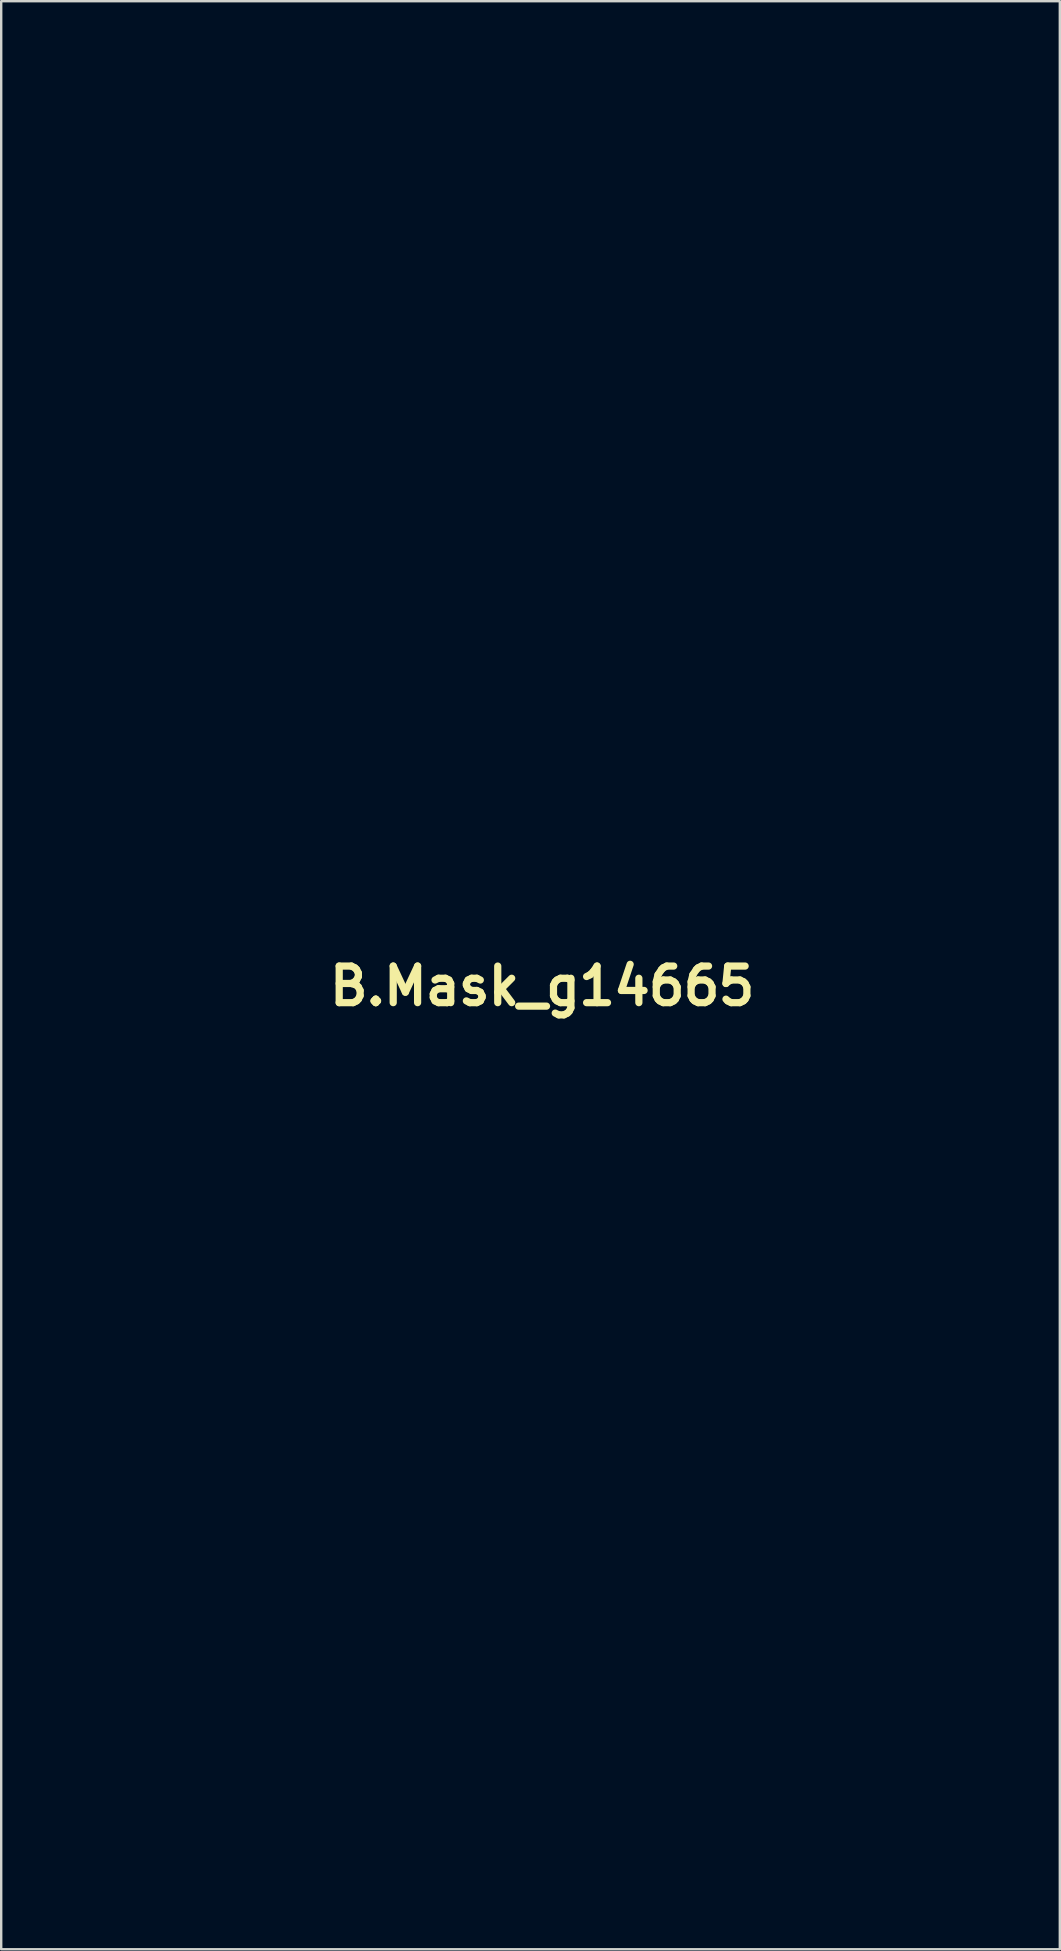
<source format=kicad_pcb>
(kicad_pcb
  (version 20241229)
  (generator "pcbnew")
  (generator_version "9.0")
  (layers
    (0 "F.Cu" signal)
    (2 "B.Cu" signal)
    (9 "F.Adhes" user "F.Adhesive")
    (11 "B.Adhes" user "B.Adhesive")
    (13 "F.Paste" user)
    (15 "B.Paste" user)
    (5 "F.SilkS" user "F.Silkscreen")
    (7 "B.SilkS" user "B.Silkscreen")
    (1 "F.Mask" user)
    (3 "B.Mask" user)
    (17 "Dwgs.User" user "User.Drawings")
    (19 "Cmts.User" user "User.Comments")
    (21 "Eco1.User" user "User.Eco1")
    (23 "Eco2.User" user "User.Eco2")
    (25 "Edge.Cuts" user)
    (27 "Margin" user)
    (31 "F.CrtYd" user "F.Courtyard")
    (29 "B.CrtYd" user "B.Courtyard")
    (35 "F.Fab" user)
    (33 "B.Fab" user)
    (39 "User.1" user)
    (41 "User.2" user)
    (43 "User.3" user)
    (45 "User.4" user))
  (footprint "B.Mask_g14665"
    (layer "F.Cu")
    (at 19.534 38.026)
    (property "Reference" "B.Mask_g14665" (at 0 0 0) (layer "F.SilkS") (effects (font (size 1.524 1.524) (thickness 0.3))))
    (attr through_hole)
    (fp_poly (pts (xy 9.186 -4.614) (xy 6.985 -4.614) (xy 6.985 -5.419) (xy 9.186 -5.419) (xy 9.186 -4.614)) (stroke (width 0.01) (type solid)) (fill yes) (layer "B.Mask"))
    (fp_poly (pts (xy 9.186 0.042) (xy 6.985 0.042) (xy 6.985 -0.762) (xy 9.186 -0.762) (xy 9.186 0.042)) (stroke (width 0.01) (type solid)) (fill yes) (layer "B.Mask"))
    (fp_poly (pts (xy 9.186 2.836) (xy 6.985 2.836) (xy 6.985 1.99) (xy 9.186 1.99) (xy 9.186 2.836)) (stroke (width 0.01) (type solid)) (fill yes) (layer "B.Mask"))
    (fp_poly (pts (xy 9.186 7.408) (xy 6.985 7.408) (xy 6.985 6.604) (xy 9.186 6.604) (xy 9.186 7.408)) (stroke (width 0.01) (type solid)) (fill yes) (layer "B.Mask"))
    (fp_poly (pts (xy 9.186 10.202) (xy 6.985 10.202) (xy 6.985 9.356) (xy 9.186 9.356) (xy 9.186 10.202)) (stroke (width 0.01) (type solid)) (fill yes) (layer "B.Mask"))
    (fp_poly (pts (xy 16.82 -27.674) (xy 16.843 -27.594) (xy 16.812 -27.521) (xy 16.8 -27.512) (xy 16.715 -27.477) (xy 16.664 -27.513) (xy 16.652 -27.538) (xy 16.644 -27.635) (xy 16.685 -27.705) (xy 16.753 -27.72) (xy 16.82 -27.674)) (stroke (width 0.01) (type solid)) (fill yes) (layer "B.Mask"))
    (fp_poly (pts (xy -16.602 -25.759) (xy -16.556 -25.722) (xy -16.524 -25.632) (xy -16.531 -25.571) (xy -16.588 -25.508) (xy -16.682 -25.482) (xy -16.777 -25.498) (xy -16.836 -25.554) (xy -16.838 -25.652) (xy -16.782 -25.729) (xy -16.695 -25.77) (xy -16.602 -25.759)) (stroke (width 0.01) (type solid)) (fill yes) (layer "B.Mask"))
    (fp_poly (pts (xy 2.646 -17.462) (xy 2.282 -17.45) (xy 2.088 -17.448) (xy 1.963 -17.457) (xy 1.89 -17.48) (xy 1.867 -17.499) (xy 1.839 -17.583) (xy 1.827 -17.737) (xy 1.829 -17.871) (xy 1.841 -18.182) (xy 2.646 -18.182) (xy 2.646 -17.462)) (stroke (width 0.01) (type solid)) (fill yes) (layer "B.Mask"))
    (fp_poly (pts (xy -12.59 -26.381) (xy -12.542 -26.333) (xy -12.538 -26.319) (xy -12.555 -26.215) (xy -12.628 -26.139) (xy -12.7 -26.12) (xy -12.789 -26.15) (xy -12.825 -26.181) (xy -12.87 -26.278) (xy -12.839 -26.354) (xy -12.741 -26.392) (xy -12.7 -26.395) (xy -12.59 -26.381)) (stroke (width 0.01) (type solid)) (fill yes) (layer "B.Mask"))
    (fp_poly (pts (xy -11.239 -29.295) (xy -11.157 -29.225) (xy -11.13 -29.121) (xy -11.16 -29.011) (xy -11.228 -28.937) (xy -11.335 -28.88) (xy -11.426 -28.889) (xy -11.516 -28.949) (xy -11.585 -29.045) (xy -11.587 -29.146) (xy -11.533 -29.236) (xy -11.439 -29.297) (xy -11.318 -29.313) (xy -11.239 -29.295)) (stroke (width 0.01) (type solid)) (fill yes) (layer "B.Mask"))
    (fp_poly (pts (xy 2.646 -18.309) (xy 2.255 -18.297) (xy 2.072 -18.292) (xy 1.956 -18.295) (xy 1.89 -18.307) (xy 1.858 -18.334) (xy 1.842 -18.379) (xy 1.84 -18.383) (xy 1.829 -18.477) (xy 1.826 -18.62) (xy 1.829 -18.755) (xy 1.841 -19.029) (xy 2.646 -19.029) (xy 2.646 -18.309)) (stroke (width 0.01) (type solid)) (fill yes) (layer "B.Mask"))
    (fp_poly (pts (xy 13.615 -16.86) (xy 13.716 -16.855) (xy 13.807 -16.838) (xy 13.84 -16.785) (xy 13.843 -16.743) (xy 13.829 -16.666) (xy 13.768 -16.642) (xy 13.727 -16.642) (xy 13.609 -16.653) (xy 13.534 -16.667) (xy 13.484 -16.711) (xy 13.47 -16.783) (xy 13.491 -16.846) (xy 13.536 -16.866) (xy 13.615 -16.86)) (stroke (width 0.01) (type solid)) (fill yes) (layer "B.Mask"))
    (fp_poly (pts (xy 16.46 -27.718) (xy 16.544 -27.694) (xy 16.563 -27.675) (xy 16.573 -27.594) (xy 16.526 -27.544) (xy 16.41 -27.521) (xy 16.295 -27.517) (xy 16.154 -27.52) (xy 16.078 -27.535) (xy 16.048 -27.566) (xy 16.044 -27.597) (xy 16.075 -27.676) (xy 16.111 -27.703) (xy 16.214 -27.724) (xy 16.34 -27.729) (xy 16.46 -27.718)) (stroke (width 0.01) (type solid)) (fill yes) (layer "B.Mask"))
    (fp_poly (pts (xy -16.13 -28.882) (xy -16.141 -28.78) (xy -16.161 -28.723) (xy -16.215 -28.706) (xy -16.337 -28.692) (xy -16.511 -28.683) (xy -16.693 -28.681) (xy -17.194 -28.681) (xy -17.169 -28.803) (xy -17.152 -28.903) (xy -17.145 -28.961) (xy -17.105 -28.976) (xy -16.997 -28.987) (xy -16.838 -28.995) (xy -16.642 -28.998) (xy -16.637 -28.998) (xy -16.129 -28.998) (xy -16.13 -28.882)) (stroke (width 0.01) (type solid)) (fill yes) (layer "B.Mask"))
    (fp_poly (pts (xy 13.311 -18.866) (xy 13.357 -18.815) (xy 13.373 -18.699) (xy 13.373 -18.66) (xy 13.358 -18.459) (xy 13.32 -18.331) (xy 13.256 -18.266) (xy 13.213 -18.253) (xy 13.162 -18.249) (xy 13.136 -18.269) (xy 13.129 -18.329) (xy 13.137 -18.447) (xy 13.146 -18.528) (xy 13.169 -18.711) (xy 13.198 -18.822) (xy 13.239 -18.871) (xy 13.296 -18.871) (xy 13.311 -18.866)) (stroke (width 0.01) (type solid)) (fill yes) (layer "B.Mask"))
    (fp_poly (pts (xy -16.266 -28.553) (xy -16.113 -28.547) (xy -16.011 -28.536) (xy -15.982 -28.526) (xy -15.97 -28.47) (xy -15.979 -28.369) (xy -15.981 -28.355) (xy -16.008 -28.212) (xy -16.643 -28.213) (xy -17.278 -28.215) (xy -17.253 -28.341) (xy -17.221 -28.446) (xy -17.184 -28.51) (xy -17.129 -28.525) (xy -17.009 -28.537) (xy -16.843 -28.547) (xy -16.651 -28.552) (xy -16.452 -28.554) (xy -16.266 -28.553)) (stroke (width 0.01) (type solid)) (fill yes) (layer "B.Mask"))
    (fp_poly (pts (xy -15.736 -25.865) (xy -15.57 -25.786) (xy -15.447 -25.676) (xy -15.409 -25.611) (xy -15.386 -25.454) (xy -15.435 -25.302) (xy -15.547 -25.177) (xy -15.641 -25.122) (xy -15.798 -25.072) (xy -15.924 -25.074) (xy -16.054 -25.128) (xy -16.167 -25.224) (xy -16.252 -25.361) (xy -16.304 -25.517) (xy -16.316 -25.669) (xy -16.284 -25.793) (xy -16.237 -25.848) (xy -16.095 -25.904) (xy -15.92 -25.907) (xy -15.736 -25.865)) (stroke (width 0.01) (type solid)) (fill yes) (layer "B.Mask"))
    (fp_poly (pts (xy -14.685 -16.868) (xy -14.658 -16.728) (xy -14.655 -16.648) (xy -14.676 -16.605) (xy -14.693 -16.592) (xy -14.762 -16.559) (xy -14.802 -16.58) (xy -14.829 -16.67) (xy -14.836 -16.705) (xy -14.881 -16.829) (xy -14.944 -16.879) (xy -15.007 -16.918) (xy -15.056 -16.98) (xy -15.067 -17.032) (xy -15.061 -17.04) (xy -15.016 -17.053) (xy -14.919 -17.072) (xy -14.894 -17.077) (xy -14.739 -17.105) (xy -14.685 -16.868)) (stroke (width 0.01) (type solid)) (fill yes) (layer "B.Mask"))
    (fp_poly (pts (xy -13.147 -26.324) (xy -13.068 -26.206) (xy -13.039 -26.022) (xy -13.039 -26.017) (xy -13.067 -25.808) (xy -13.147 -25.642) (xy -13.27 -25.535) (xy -13.28 -25.531) (xy -13.442 -25.488) (xy -13.611 -25.493) (xy -13.753 -25.541) (xy -13.792 -25.571) (xy -13.892 -25.712) (xy -13.914 -25.866) (xy -13.859 -26.025) (xy -13.731 -26.177) (xy -13.62 -26.26) (xy -13.43 -26.354) (xy -13.27 -26.374) (xy -13.147 -26.324)) (stroke (width 0.01) (type solid)) (fill yes) (layer "B.Mask"))
    (fp_poly (pts (xy -11.07 -30.487) (xy -10.835 -30.472) (xy -10.863 -30.325) (xy -10.887 -30.218) (xy -10.929 -30.058) (xy -10.982 -29.873) (xy -11.006 -29.789) (xy -11.122 -29.401) (xy -11.301 -29.387) (xy -11.413 -29.382) (xy -11.46 -29.398) (xy -11.465 -29.449) (xy -11.457 -29.493) (xy -11.441 -29.596) (xy -11.423 -29.75) (xy -11.407 -29.909) (xy -11.388 -30.084) (xy -11.364 -30.247) (xy -11.343 -30.353) (xy -11.306 -30.501) (xy -11.07 -30.487)) (stroke (width 0.01) (type solid)) (fill yes) (layer "B.Mask"))
    (fp_poly (pts (xy -2.616 -37.986) (xy -2.542 -37.927) (xy -2.507 -37.817) (xy -2.498 -37.643) (xy -2.498 -37.602) (xy -2.503 -37.407) (xy -2.528 -37.281) (xy -2.587 -37.209) (xy -2.694 -37.177) (xy -2.862 -37.169) (xy -2.896 -37.169) (xy -3.091 -37.176) (xy -3.211 -37.2) (xy -3.256 -37.228) (xy -3.282 -37.308) (xy -3.295 -37.461) (xy -3.293 -37.641) (xy -3.281 -37.994) (xy -2.943 -38.007) (xy -2.745 -38.008) (xy -2.616 -37.986)) (stroke (width 0.01) (type solid)) (fill yes) (layer "B.Mask"))
    (fp_poly (pts (xy 12.505 -21.957) (xy 12.567 -21.905) (xy 12.557 -21.836) (xy 12.48 -21.767) (xy 12.435 -21.745) (xy 12.263 -21.638) (xy 12.155 -21.485) (xy 12.119 -21.378) (xy 12.069 -21.268) (xy 12.002 -21.214) (xy 11.932 -21.23) (xy 11.925 -21.236) (xy 11.898 -21.32) (xy 11.918 -21.458) (xy 11.979 -21.621) (xy 12.067 -21.764) (xy 12.195 -21.864) (xy 12.249 -21.892) (xy 12.372 -21.941) (xy 12.473 -21.961) (xy 12.505 -21.957)) (stroke (width 0.01) (type solid)) (fill yes) (layer "B.Mask"))
    (fp_poly (pts (xy -16.367 -29.438) (xy -16.338 -29.435) (xy -16.213 -29.416) (xy -16.151 -29.388) (xy -16.131 -29.338) (xy -16.13 -29.299) (xy -16.141 -29.2) (xy -16.161 -29.146) (xy -16.215 -29.129) (xy -16.337 -29.116) (xy -16.514 -29.107) (xy -16.712 -29.104) (xy -17.232 -29.104) (xy -17.205 -29.231) (xy -17.181 -29.329) (xy -17.163 -29.384) (xy -17.112 -29.403) (xy -16.999 -29.42) (xy -16.846 -29.434) (xy -16.675 -29.442) (xy -16.508 -29.444) (xy -16.367 -29.438)) (stroke (width 0.01) (type solid)) (fill yes) (layer "B.Mask"))
    (fp_poly (pts (xy 15.574 -21.806) (xy 15.612 -21.738) (xy 15.598 -21.64) (xy 15.542 -21.541) (xy 15.483 -21.487) (xy 15.345 -21.431) (xy 15.166 -21.401) (xy 14.985 -21.403) (xy 14.922 -21.414) (xy 14.823 -21.458) (xy 14.796 -21.527) (xy 14.804 -21.573) (xy 14.844 -21.599) (xy 14.933 -21.609) (xy 15.061 -21.611) (xy 15.212 -21.615) (xy 15.306 -21.633) (xy 15.372 -21.674) (xy 15.42 -21.727) (xy 15.503 -21.805) (xy 15.568 -21.809) (xy 15.574 -21.806)) (stroke (width 0.01) (type solid)) (fill yes) (layer "B.Mask"))
    (fp_poly (pts (xy 16.497 -25.639) (xy 16.537 -25.59) (xy 16.533 -25.495) (xy 16.466 -25.395) (xy 16.356 -25.311) (xy 16.267 -25.275) (xy 16.121 -25.247) (xy 15.952 -25.232) (xy 15.907 -25.231) (xy 15.783 -25.236) (xy 15.723 -25.257) (xy 15.706 -25.303) (xy 15.706 -25.311) (xy 15.733 -25.387) (xy 15.823 -25.429) (xy 15.983 -25.442) (xy 15.987 -25.442) (xy 16.158 -25.467) (xy 16.294 -25.533) (xy 16.353 -25.597) (xy 16.42 -25.648) (xy 16.497 -25.639)) (stroke (width 0.01) (type solid)) (fill yes) (layer "B.Mask"))
    (fp_poly (pts (xy 15.258 -27.535) (xy 15.283 -27.472) (xy 15.259 -27.386) (xy 15.194 -27.292) (xy 15.098 -27.207) (xy 14.978 -27.145) (xy 14.952 -27.137) (xy 14.797 -27.107) (xy 14.641 -27.094) (xy 14.637 -27.094) (xy 14.53 -27.102) (xy 14.485 -27.134) (xy 14.478 -27.176) (xy 14.501 -27.237) (xy 14.581 -27.273) (xy 14.637 -27.284) (xy 14.808 -27.324) (xy 14.95 -27.381) (xy 15.044 -27.444) (xy 15.071 -27.495) (xy 15.107 -27.547) (xy 15.177 -27.559) (xy 15.258 -27.535)) (stroke (width 0.01) (type solid)) (fill yes) (layer "B.Mask"))
    (fp_poly (pts (xy 9.186 12.954) (xy 8.255 12.954) (xy 7.947 12.955) (xy 7.714 12.957) (xy 7.546 12.962) (xy 7.432 12.97) (xy 7.364 12.982) (xy 7.331 12.999) (xy 7.324 13.018) (xy 7.334 13.038) (xy 7.37 13.054) (xy 7.443 13.066) (xy 7.563 13.074) (xy 7.738 13.078) (xy 7.98 13.08) (xy 8.255 13.081) (xy 9.186 13.081) (xy 9.186 13.885) (xy 7.256 13.885) (xy 7.12 13.746) (xy 6.985 13.606) (xy 6.985 12.463) (xy 7.306 12.15) (xy 9.186 12.15) (xy 9.186 12.954)) (stroke (width 0.01) (type solid)) (fill yes) (layer "B.Mask"))
    (fp_poly (pts (xy 14.983 -17.6) (xy 15.001 -17.514) (xy 14.981 -17.392) (xy 14.929 -17.25) (xy 14.849 -17.104) (xy 14.747 -16.971) (xy 14.704 -16.928) (xy 14.575 -16.829) (xy 14.421 -16.745) (xy 14.264 -16.681) (xy 14.125 -16.647) (xy 14.025 -16.65) (xy 13.999 -16.665) (xy 13.963 -16.743) (xy 14.001 -16.815) (xy 14.104 -16.864) (xy 14.127 -16.869) (xy 14.38 -16.954) (xy 14.58 -17.106) (xy 14.727 -17.324) (xy 14.783 -17.464) (xy 14.836 -17.582) (xy 14.9 -17.629) (xy 14.923 -17.632) (xy 14.983 -17.6)) (stroke (width 0.01) (type solid)) (fill yes) (layer "B.Mask"))
    (fp_poly (pts (xy 15.129 -19.817) (xy 15.169 -19.736) (xy 15.147 -19.636) (xy 15.068 -19.546) (xy 15.054 -19.537) (xy 14.945 -19.494) (xy 14.782 -19.464) (xy 14.599 -19.451) (xy 14.426 -19.457) (xy 14.404 -19.46) (xy 14.306 -19.486) (xy 14.269 -19.54) (xy 14.266 -19.577) (xy 14.271 -19.629) (xy 14.299 -19.658) (xy 14.368 -19.67) (xy 14.496 -19.671) (xy 14.559 -19.67) (xy 14.722 -19.67) (xy 14.828 -19.685) (xy 14.903 -19.719) (xy 14.96 -19.765) (xy 15.043 -19.83) (xy 15.101 -19.834) (xy 15.129 -19.817)) (stroke (width 0.01) (type solid)) (fill yes) (layer "B.Mask"))
    (fp_poly (pts (xy -3.65 -38.02) (xy -3.508 -38.005) (xy -3.406 -37.978) (xy -3.37 -37.948) (xy -3.352 -37.855) (xy -3.344 -37.715) (xy -3.345 -37.555) (xy -3.355 -37.402) (xy -3.372 -37.281) (xy -3.395 -37.219) (xy -3.465 -37.192) (xy -3.599 -37.174) (xy -3.747 -37.169) (xy -3.917 -37.176) (xy -4.043 -37.195) (xy -4.098 -37.219) (xy -4.121 -37.284) (xy -4.138 -37.406) (xy -4.148 -37.561) (xy -4.149 -37.72) (xy -4.141 -37.859) (xy -4.123 -37.948) (xy -4.069 -37.985) (xy -3.955 -38.01) (xy -3.808 -38.021) (xy -3.65 -38.02)) (stroke (width 0.01) (type solid)) (fill yes) (layer "B.Mask"))
    (fp_poly (pts (xy 16.152 -23.521) (xy 16.166 -23.455) (xy 16.164 -23.423) (xy 16.119 -23.31) (xy 16.013 -23.226) (xy 15.839 -23.167) (xy 15.591 -23.132) (xy 15.458 -23.124) (xy 15.279 -23.119) (xy 15.133 -23.121) (xy 15.04 -23.13) (xy 15.018 -23.138) (xy 14.99 -23.204) (xy 14.986 -23.248) (xy 14.995 -23.287) (xy 15.034 -23.311) (xy 15.12 -23.322) (xy 15.27 -23.326) (xy 15.314 -23.326) (xy 15.573 -23.337) (xy 15.776 -23.367) (xy 15.913 -23.415) (xy 15.975 -23.475) (xy 16.032 -23.526) (xy 16.088 -23.537) (xy 16.152 -23.521)) (stroke (width 0.01) (type solid)) (fill yes) (layer "B.Mask"))
    (fp_poly (pts (xy 4.862 -13.224) (xy 5.121 -13.114) (xy 5.336 -12.939) (xy 5.495 -12.708) (xy 5.522 -12.648) (xy 5.573 -12.448) (xy 5.584 -12.213) (xy 5.557 -11.984) (xy 5.508 -11.832) (xy 5.357 -11.603) (xy 5.149 -11.423) (xy 4.902 -11.299) (xy 4.632 -11.241) (xy 4.36 -11.257) (xy 4.098 -11.351) (xy 3.867 -11.52) (xy 3.823 -11.564) (xy 3.662 -11.785) (xy 3.575 -12.039) (xy 3.556 -12.255) (xy 3.594 -12.547) (xy 3.703 -12.8) (xy 3.874 -13.007) (xy 4.098 -13.158) (xy 4.366 -13.245) (xy 4.572 -13.263) (xy 4.862 -13.224)) (stroke (width 0.01) (type solid)) (fill yes) (layer "B.Mask"))
    (fp_poly (pts (xy -14.215 -17.206) (xy -14.179 -17.134) (xy -14.151 -17.02) (xy -14.132 -16.849) (xy -14.161 -16.74) (xy -14.247 -16.678) (xy -14.384 -16.651) (xy -14.495 -16.644) (xy -14.553 -16.668) (xy -14.587 -16.742) (xy -14.602 -16.794) (xy -14.642 -16.976) (xy -14.64 -17.09) (xy -14.595 -17.141) (xy -14.568 -17.145) (xy -14.51 -17.122) (xy -14.474 -17.039) (xy -14.462 -16.976) (xy -14.426 -16.85) (xy -14.372 -16.806) (xy -14.37 -16.806) (xy -14.33 -16.825) (xy -14.314 -16.893) (xy -14.317 -17.006) (xy -14.319 -17.134) (xy -14.298 -17.199) (xy -14.262 -17.22) (xy -14.215 -17.206)) (stroke (width 0.01) (type solid)) (fill yes) (layer "B.Mask"))
    (fp_poly (pts (xy -4.031 -7.352) (xy -3.902 -7.298) (xy -3.672 -7.142) (xy -3.505 -6.941) (xy -3.399 -6.71) (xy -3.355 -6.461) (xy -3.373 -6.209) (xy -3.452 -5.967) (xy -3.593 -5.747) (xy -3.796 -5.565) (xy -3.913 -5.495) (xy -4.111 -5.425) (xy -4.341 -5.392) (xy -4.565 -5.4) (xy -4.709 -5.434) (xy -4.924 -5.534) (xy -5.088 -5.663) (xy -5.205 -5.803) (xy -5.338 -6.054) (xy -5.394 -6.324) (xy -5.376 -6.597) (xy -5.285 -6.858) (xy -5.121 -7.093) (xy -5.073 -7.142) (xy -4.847 -7.302) (xy -4.587 -7.392) (xy -4.31 -7.41) (xy -4.031 -7.352)) (stroke (width 0.01) (type solid)) (fill yes) (layer "B.Mask"))
    (fp_poly (pts (xy -10.769 -17.887) (xy -10.691 -17.775) (xy -10.668 -17.646) (xy -10.704 -17.527) (xy -10.797 -17.442) (xy -10.921 -17.403) (xy -11.05 -17.421) (xy -11.104 -17.452) (xy -11.182 -17.556) (xy -11.206 -17.69) (xy -11.205 -17.691) (xy -11.029 -17.691) (xy -11.011 -17.612) (xy -10.95 -17.569) (xy -10.937 -17.568) (xy -10.871 -17.603) (xy -10.852 -17.632) (xy -10.856 -17.715) (xy -10.882 -17.761) (xy -10.935 -17.804) (xy -10.988 -17.774) (xy -10.994 -17.768) (xy -11.029 -17.691) (xy -11.205 -17.691) (xy -11.171 -17.817) (xy -11.138 -17.86) (xy -11.012 -17.938) (xy -10.883 -17.944) (xy -10.769 -17.887)) (stroke (width 0.01) (type solid)) (fill yes) (layer "B.Mask"))
    (fp_poly (pts (xy -0.004 -20.073) (xy 0.128 -19.974) (xy 0.2 -19.818) (xy 0.212 -19.705) (xy 0.177 -19.519) (xy 0.081 -19.383) (xy -0.063 -19.306) (xy -0.244 -19.298) (xy -0.34 -19.32) (xy -0.486 -19.408) (xy -0.581 -19.547) (xy -0.604 -19.669) (xy -0.336 -19.669) (xy -0.301 -19.597) (xy -0.228 -19.561) (xy -0.139 -19.578) (xy -0.082 -19.625) (xy -0.049 -19.706) (xy -0.071 -19.763) (xy -0.15 -19.824) (xy -0.245 -19.82) (xy -0.309 -19.765) (xy -0.336 -19.669) (xy -0.604 -19.669) (xy -0.613 -19.714) (xy -0.593 -19.833) (xy -0.508 -19.989) (xy -0.375 -20.08) (xy -0.187 -20.108) (xy -0.004 -20.073)) (stroke (width 0.01) (type solid)) (fill yes) (layer "B.Mask"))
    (fp_poly (pts (xy -12.381 -17.586) (xy -12.342 -17.53) (xy -12.315 -17.416) (xy -12.296 -17.299) (xy -12.282 -17.179) (xy -12.291 -17.121) (xy -12.328 -17.103) (xy -12.349 -17.103) (xy -12.416 -17.132) (xy -12.462 -17.228) (xy -12.47 -17.258) (xy -12.51 -17.364) (xy -12.559 -17.428) (xy -12.569 -17.433) (xy -12.604 -17.429) (xy -12.613 -17.374) (xy -12.602 -17.261) (xy -12.597 -17.119) (xy -12.635 -17.041) (xy -12.72 -17.018) (xy -12.721 -17.018) (xy -12.737 -17.055) (xy -12.763 -17.152) (xy -12.782 -17.238) (xy -12.806 -17.395) (xy -12.784 -17.493) (xy -12.706 -17.551) (xy -12.557 -17.586) (xy -12.547 -17.588) (xy -12.444 -17.6) (xy -12.381 -17.586)) (stroke (width 0.01) (type solid)) (fill yes) (layer "B.Mask"))
    (fp_poly (pts (xy -1.917 -1.162) (xy -1.793 -1.083) (xy -1.709 -0.945) (xy -1.671 -0.764) (xy -1.704 -0.602) (xy -1.795 -0.472) (xy -1.93 -0.386) (xy -2.095 -0.358) (xy -2.272 -0.4) (xy -2.407 -0.497) (xy -2.481 -0.631) (xy -2.5 -0.781) (xy -2.49 -0.824) (xy -2.227 -0.824) (xy -2.223 -0.736) (xy -2.199 -0.696) (xy -2.117 -0.646) (xy -2.027 -0.654) (xy -1.965 -0.714) (xy -1.956 -0.745) (xy -1.974 -0.841) (xy -2.008 -0.887) (xy -2.098 -0.921) (xy -2.178 -0.893) (xy -2.227 -0.824) (xy -2.49 -0.824) (xy -2.466 -0.931) (xy -2.384 -1.06) (xy -2.259 -1.151) (xy -2.096 -1.185) (xy -1.917 -1.162)) (stroke (width 0.01) (type solid)) (fill yes) (layer "B.Mask"))
    (fp_poly (pts (xy 4.393 3.27) (xy 4.524 3.36) (xy 4.61 3.494) (xy 4.637 3.659) (xy 4.599 3.823) (xy 4.499 3.97) (xy 4.357 4.053) (xy 4.196 4.07) (xy 4.033 4.017) (xy 3.934 3.94) (xy 3.832 3.789) (xy 3.804 3.632) (xy 4.079 3.632) (xy 4.087 3.718) (xy 4.103 3.743) (xy 4.192 3.805) (xy 4.281 3.783) (xy 4.316 3.749) (xy 4.357 3.654) (xy 4.331 3.574) (xy 4.251 3.535) (xy 4.237 3.535) (xy 4.134 3.563) (xy 4.079 3.632) (xy 3.804 3.632) (xy 3.802 3.625) (xy 3.84 3.468) (xy 3.943 3.338) (xy 4.047 3.277) (xy 4.229 3.238) (xy 4.393 3.27)) (stroke (width 0.01) (type solid)) (fill yes) (layer "B.Mask"))
    (fp_poly (pts (xy 7.789 -3.683) (xy 7.556 -3.683) (xy 7.416 -3.677) (xy 7.344 -3.657) (xy 7.324 -3.619) (xy 7.338 -3.589) (xy 7.39 -3.57) (xy 7.494 -3.56) (xy 7.664 -3.556) (xy 7.734 -3.556) (xy 7.929 -3.554) (xy 8.06 -3.545) (xy 8.145 -3.526) (xy 8.206 -3.494) (xy 8.242 -3.464) (xy 8.34 -3.372) (xy 8.34 -4.487) (xy 8.721 -4.487) (xy 8.721 -3.556) (xy 9.186 -3.556) (xy 9.186 -2.752) (xy 7.299 -2.752) (xy 6.985 -3.073) (xy 6.985 -4.174) (xy 7.146 -4.331) (xy 7.247 -4.422) (xy 7.334 -4.468) (xy 7.445 -4.485) (xy 7.548 -4.487) (xy 7.789 -4.487) (xy 7.789 -3.683)) (stroke (width 0.01) (type solid)) (fill yes) (layer "B.Mask"))
    (fp_poly (pts (xy 9.008 10.469) (xy 9.186 10.65) (xy 9.186 11.709) (xy 8.865 12.023) (xy 6.985 12.023) (xy 6.985 11.218) (xy 7.797 11.218) (xy 8.079 11.219) (xy 8.29 11.221) (xy 8.44 11.226) (xy 8.544 11.236) (xy 8.613 11.251) (xy 8.661 11.273) (xy 8.699 11.303) (xy 8.707 11.31) (xy 8.775 11.37) (xy 8.801 11.372) (xy 8.805 11.319) (xy 8.805 11.319) (xy 8.8 11.259) (xy 8.779 11.214) (xy 8.73 11.181) (xy 8.645 11.158) (xy 8.512 11.144) (xy 8.322 11.137) (xy 8.064 11.134) (xy 7.844 11.134) (xy 6.985 11.134) (xy 6.985 10.287) (xy 8.83 10.287) (xy 9.008 10.469)) (stroke (width 0.01) (type solid)) (fill yes) (layer "B.Mask"))
    (fp_poly (pts (xy 16.848 -27.38) (xy 16.89 -27.326) (xy 16.891 -27.312) (xy 16.854 -27.211) (xy 16.764 -27.129) (xy 16.65 -27.093) (xy 16.644 -27.093) (xy 16.572 -27.077) (xy 16.552 -27.051) (xy 16.517 -27.017) (xy 16.468 -27.009) (xy 16.399 -27.024) (xy 16.383 -27.044) (xy 16.346 -27.077) (xy 16.255 -27.117) (xy 16.211 -27.131) (xy 16.085 -27.186) (xy 16.016 -27.252) (xy 16.013 -27.317) (xy 16.045 -27.348) (xy 16.123 -27.36) (xy 16.209 -27.341) (xy 16.342 -27.326) (xy 16.412 -27.351) (xy 16.5 -27.381) (xy 16.57 -27.35) (xy 16.574 -27.347) (xy 16.642 -27.314) (xy 16.69 -27.341) (xy 16.771 -27.386) (xy 16.848 -27.38)) (stroke (width 0.01) (type solid)) (fill yes) (layer "B.Mask"))
    (fp_poly (pts (xy -7.194 0.382) (xy -7.046 0.478) (xy -6.964 0.622) (xy -6.943 0.789) (xy -6.956 0.921) (xy -7.009 1.015) (xy -7.073 1.076) (xy -7.234 1.164) (xy -7.408 1.181) (xy -7.556 1.134) (xy -7.674 1.039) (xy -7.732 0.911) (xy -7.746 0.771) (xy -7.746 0.77) (xy -7.49 0.77) (xy -7.45 0.869) (xy -7.449 0.87) (xy -7.362 0.927) (xy -7.272 0.901) (xy -7.241 0.87) (xy -7.204 0.775) (xy -7.233 0.69) (xy -7.313 0.644) (xy -7.359 0.643) (xy -7.456 0.686) (xy -7.49 0.77) (xy -7.746 0.77) (xy -7.711 0.593) (xy -7.617 0.455) (xy -7.479 0.371) (xy -7.315 0.352) (xy -7.194 0.382)) (stroke (width 0.01) (type solid)) (fill yes) (layer "B.Mask"))
    (fp_poly (pts (xy -5.155 -8.863) (xy -5.017 -8.786) (xy -4.919 -8.662) (xy -4.875 -8.505) (xy -4.898 -8.327) (xy -4.919 -8.275) (xy -5.019 -8.15) (xy -5.168 -8.071) (xy -5.339 -8.049) (xy -5.461 -8.073) (xy -5.594 -8.162) (xy -5.676 -8.296) (xy -5.705 -8.454) (xy -5.702 -8.475) (xy -5.456 -8.475) (xy -5.435 -8.409) (xy -5.394 -8.364) (xy -5.326 -8.307) (xy -5.269 -8.312) (xy -5.201 -8.366) (xy -5.15 -8.44) (xy -5.168 -8.514) (xy -5.244 -8.582) (xy -5.344 -8.584) (xy -5.41 -8.543) (xy -5.456 -8.475) (xy -5.702 -8.475) (xy -5.681 -8.613) (xy -5.601 -8.75) (xy -5.499 -8.828) (xy -5.321 -8.882) (xy -5.155 -8.863)) (stroke (width 0.01) (type solid)) (fill yes) (layer "B.Mask"))
    (fp_poly (pts (xy -14.193 -16.499) (xy -14.152 -16.453) (xy -14.118 -16.35) (xy -14.104 -16.295) (xy -14.064 -16.093) (xy -14.059 -15.955) (xy -14.1 -15.868) (xy -14.195 -15.814) (xy -14.354 -15.78) (xy -14.42 -15.771) (xy -14.637 -15.742) (xy -14.705 -16.045) (xy -14.742 -16.225) (xy -14.752 -16.338) (xy -14.734 -16.399) (xy -14.684 -16.423) (xy -14.646 -16.425) (xy -14.571 -16.387) (xy -14.539 -16.309) (xy -14.497 -16.14) (xy -14.458 -16.039) (xy -14.414 -15.991) (xy -14.369 -15.981) (xy -14.321 -15.99) (xy -14.298 -16.029) (xy -14.297 -16.113) (xy -14.318 -16.259) (xy -14.33 -16.33) (xy -14.346 -16.442) (xy -14.336 -16.494) (xy -14.291 -16.509) (xy -14.258 -16.51) (xy -14.193 -16.499)) (stroke (width 0.01) (type solid)) (fill yes) (layer "B.Mask"))
    (fp_poly (pts (xy -3.226 -5.336) (xy -3.181 -5.316) (xy -3.049 -5.219) (xy -2.98 -5.087) (xy -2.963 -4.931) (xy -3 -4.763) (xy -3.098 -4.635) (xy -3.239 -4.556) (xy -3.407 -4.536) (xy -3.583 -4.583) (xy -3.605 -4.594) (xy -3.706 -4.69) (xy -3.775 -4.831) (xy -3.792 -4.945) (xy -3.51 -4.945) (xy -3.471 -4.846) (xy -3.47 -4.845) (xy -3.409 -4.792) (xy -3.346 -4.799) (xy -3.284 -4.84) (xy -3.227 -4.92) (xy -3.236 -5.004) (xy -3.3 -5.062) (xy -3.379 -5.072) (xy -3.476 -5.029) (xy -3.51 -4.945) (xy -3.792 -4.945) (xy -3.797 -4.981) (xy -3.787 -5.048) (xy -3.7 -5.208) (xy -3.563 -5.316) (xy -3.399 -5.362) (xy -3.226 -5.336)) (stroke (width 0.01) (type solid)) (fill yes) (layer "B.Mask"))
    (fp_poly (pts (xy 2.363 -1.003) (xy 2.459 -0.962) (xy 2.574 -0.825) (xy 2.62 -0.659) (xy 2.597 -0.485) (xy 2.515 -0.342) (xy 2.423 -0.253) (xy 2.321 -0.217) (xy 2.229 -0.213) (xy 2.099 -0.224) (xy 1.996 -0.249) (xy 1.979 -0.257) (xy 1.866 -0.368) (xy 1.806 -0.519) (xy 1.802 -0.64) (xy 2.081 -0.64) (xy 2.098 -0.535) (xy 2.164 -0.477) (xy 2.255 -0.477) (xy 2.331 -0.533) (xy 2.361 -0.619) (xy 2.322 -0.695) (xy 2.232 -0.738) (xy 2.197 -0.741) (xy 2.113 -0.716) (xy 2.081 -0.64) (xy 1.802 -0.64) (xy 1.801 -0.684) (xy 1.853 -0.837) (xy 1.933 -0.929) (xy 2.058 -0.989) (xy 2.214 -1.014) (xy 2.363 -1.003)) (stroke (width 0.01) (type solid)) (fill yes) (layer "B.Mask"))
    (fp_poly (pts (xy 3.305 12.894) (xy 3.343 12.937) (xy 3.37 12.984) (xy 3.389 13.047) (xy 3.4 13.141) (xy 3.405 13.281) (xy 3.408 13.479) (xy 3.408 13.702) (xy 3.408 14.401) (xy 3.289 14.503) (xy 3.244 14.539) (xy 3.197 14.565) (xy 3.135 14.583) (xy 3.045 14.595) (xy 2.912 14.601) (xy 2.725 14.604) (xy 2.469 14.605) (xy 2.392 14.605) (xy 2.117 14.605) (xy 1.913 14.602) (xy 1.768 14.597) (xy 1.668 14.587) (xy 1.6 14.571) (xy 1.55 14.546) (xy 1.506 14.513) (xy 1.495 14.503) (xy 1.376 14.401) (xy 1.362 13.726) (xy 1.349 13.052) (xy 1.461 12.918) (xy 1.574 12.785) (xy 3.203 12.785) (xy 3.305 12.894)) (stroke (width 0.01) (type solid)) (fill yes) (layer "B.Mask"))
    (fp_poly (pts (xy 4.492 -8.428) (xy 4.632 -8.337) (xy 4.655 -8.311) (xy 4.714 -8.187) (xy 4.74 -8.031) (xy 4.728 -7.881) (xy 4.687 -7.786) (xy 4.551 -7.671) (xy 4.384 -7.624) (xy 4.21 -7.648) (xy 4.067 -7.73) (xy 3.976 -7.827) (xy 3.94 -7.936) (xy 3.937 -8.008) (xy 3.942 -8.056) (xy 4.204 -8.056) (xy 4.219 -7.96) (xy 4.237 -7.934) (xy 4.321 -7.885) (xy 4.411 -7.911) (xy 4.458 -7.963) (xy 4.483 -8.064) (xy 4.437 -8.141) (xy 4.343 -8.17) (xy 4.25 -8.137) (xy 4.204 -8.056) (xy 3.942 -8.056) (xy 3.957 -8.187) (xy 4.026 -8.313) (xy 4.154 -8.406) (xy 4.155 -8.406) (xy 4.325 -8.453) (xy 4.492 -8.428)) (stroke (width 0.01) (type solid)) (fill yes) (layer "B.Mask"))
    (fp_poly (pts (xy -12.767 -16.764) (xy -12.705 -16.707) (xy -12.624 -16.571) (xy -12.595 -16.416) (xy -12.621 -16.27) (xy -12.695 -16.167) (xy -12.842 -16.097) (xy -13.006 -16.095) (xy -13.154 -16.16) (xy -13.189 -16.191) (xy -13.272 -16.327) (xy -13.288 -16.466) (xy -13.081 -16.466) (xy -13.053 -16.379) (xy -12.988 -16.297) (xy -12.917 -16.256) (xy -12.91 -16.256) (xy -12.862 -16.289) (xy -12.833 -16.33) (xy -12.818 -16.434) (xy -12.852 -16.547) (xy -12.911 -16.615) (xy -12.979 -16.616) (xy -13.046 -16.563) (xy -13.08 -16.479) (xy -13.081 -16.466) (xy -13.288 -16.466) (xy -13.291 -16.487) (xy -13.245 -16.639) (xy -13.218 -16.677) (xy -13.113 -16.753) (xy -12.975 -16.792) (xy -12.852 -16.797) (xy -12.767 -16.764)) (stroke (width 0.01) (type solid)) (fill yes) (layer "B.Mask"))
    (fp_poly (pts (xy -2.242 0.745) (xy -2.152 0.79) (xy -2.015 0.913) (xy -1.944 1.07) (xy -1.943 1.24) (xy -2.015 1.402) (xy -2.064 1.459) (xy -2.208 1.549) (xy -2.375 1.566) (xy -2.544 1.511) (xy -2.621 1.457) (xy -2.71 1.364) (xy -2.747 1.261) (xy -2.752 1.17) (xy -2.746 1.135) (xy -2.483 1.135) (xy -2.475 1.22) (xy -2.458 1.245) (xy -2.37 1.307) (xy -2.281 1.285) (xy -2.245 1.251) (xy -2.205 1.157) (xy -2.23 1.076) (xy -2.311 1.038) (xy -2.324 1.037) (xy -2.427 1.066) (xy -2.483 1.135) (xy -2.746 1.135) (xy -2.723 0.981) (xy -2.634 0.849) (xy -2.478 0.764) (xy -2.457 0.757) (xy -2.335 0.731) (xy -2.242 0.745)) (stroke (width 0.01) (type solid)) (fill yes) (layer "B.Mask"))
    (fp_poly (pts (xy 0.864 1.373) (xy 0.978 1.44) (xy 1.019 1.478) (xy 1.119 1.627) (xy 1.145 1.783) (xy 1.105 1.931) (xy 1.008 2.054) (xy 0.861 2.135) (xy 0.706 2.159) (xy 0.572 2.149) (xy 0.481 2.105) (xy 0.406 2.029) (xy 0.317 1.868) (xy 0.304 1.727) (xy 0.583 1.727) (xy 0.597 1.828) (xy 0.598 1.83) (xy 0.671 1.894) (xy 0.764 1.895) (xy 0.84 1.834) (xy 0.841 1.832) (xy 0.858 1.733) (xy 0.814 1.648) (xy 0.727 1.609) (xy 0.72 1.609) (xy 0.63 1.644) (xy 0.583 1.727) (xy 0.304 1.727) (xy 0.301 1.704) (xy 0.352 1.554) (xy 0.459 1.435) (xy 0.616 1.366) (xy 0.72 1.355) (xy 0.864 1.373)) (stroke (width 0.01) (type solid)) (fill yes) (layer "B.Mask"))
    (fp_poly (pts (xy 2.419 -20.247) (xy 2.556 -20.156) (xy 2.631 -20.007) (xy 2.646 -19.875) (xy 2.613 -19.689) (xy 2.518 -19.559) (xy 2.362 -19.487) (xy 2.224 -19.473) (xy 2.091 -19.485) (xy 1.999 -19.532) (xy 1.93 -19.604) (xy 1.839 -19.763) (xy 1.82 -19.875) (xy 1.827 -19.905) (xy 2.107 -19.905) (xy 2.121 -19.805) (xy 2.122 -19.803) (xy 2.195 -19.738) (xy 2.288 -19.737) (xy 2.364 -19.798) (xy 2.365 -19.8) (xy 2.382 -19.899) (xy 2.338 -19.984) (xy 2.251 -20.024) (xy 2.244 -20.024) (xy 2.154 -19.989) (xy 2.107 -19.905) (xy 1.827 -19.905) (xy 1.86 -20.04) (xy 1.93 -20.147) (xy 2.02 -20.234) (xy 2.118 -20.271) (xy 2.224 -20.278) (xy 2.419 -20.247)) (stroke (width 0.01) (type solid)) (fill yes) (layer "B.Mask"))
    (fp_poly (pts (xy 0.05 -5.438) (xy 0.167 -5.33) (xy 0.192 -5.288) (xy 0.247 -5.108) (xy 0.231 -4.939) (xy 0.154 -4.796) (xy 0.026 -4.697) (xy -0.145 -4.658) (xy -0.155 -4.658) (xy -0.282 -4.67) (xy -0.382 -4.697) (xy -0.392 -4.702) (xy -0.492 -4.803) (xy -0.56 -4.949) (xy -0.577 -5.091) (xy -0.295 -5.091) (xy -0.276 -5.001) (xy -0.246 -4.961) (xy -0.178 -4.915) (xy -0.113 -4.936) (xy -0.065 -4.979) (xy -0.013 -5.066) (xy -0.045 -5.143) (xy -0.092 -5.179) (xy -0.187 -5.204) (xy -0.26 -5.167) (xy -0.295 -5.091) (xy -0.577 -5.091) (xy -0.579 -5.105) (xy -0.575 -5.142) (xy -0.51 -5.3) (xy -0.395 -5.412) (xy -0.251 -5.475) (xy -0.096 -5.485) (xy 0.05 -5.438)) (stroke (width 0.01) (type solid)) (fill yes) (layer "B.Mask"))
    (fp_poly (pts (xy 8.255 8.424) (xy 8.432 8.424) (xy 8.6 8.45) (xy 8.707 8.516) (xy 8.775 8.576) (xy 8.801 8.578) (xy 8.805 8.525) (xy 8.805 8.525) (xy 8.776 8.419) (xy 8.683 8.359) (xy 8.522 8.34) (xy 8.34 8.34) (xy 8.34 7.535) (xy 8.606 7.535) (xy 8.757 7.539) (xy 8.855 7.558) (xy 8.933 7.604) (xy 9.025 7.691) (xy 9.03 7.696) (xy 9.186 7.856) (xy 9.186 8.908) (xy 9.008 9.089) (xy 8.83 9.271) (xy 6.985 9.271) (xy 6.985 8.424) (xy 7.332 8.424) (xy 7.512 8.427) (xy 7.63 8.44) (xy 7.709 8.466) (xy 7.771 8.512) (xy 7.776 8.516) (xy 7.874 8.608) (xy 7.874 7.535) (xy 8.255 7.535) (xy 8.255 8.424)) (stroke (width 0.01) (type solid)) (fill yes) (layer "B.Mask"))
    (fp_poly (pts (xy 8.255 14.944) (xy 8.432 14.944) (xy 8.6 14.969) (xy 8.707 15.036) (xy 8.775 15.096) (xy 8.801 15.099) (xy 8.805 15.046) (xy 8.805 15.042) (xy 8.767 14.931) (xy 8.665 14.852) (xy 8.516 14.817) (xy 8.495 14.817) (xy 8.34 14.817) (xy 8.34 14.012) (xy 8.585 14.012) (xy 8.727 14.017) (xy 8.822 14.039) (xy 8.907 14.096) (xy 9.008 14.194) (xy 9.186 14.375) (xy 9.186 15.441) (xy 8.999 15.595) (xy 8.812 15.748) (xy 6.985 15.748) (xy 6.985 14.944) (xy 7.332 14.944) (xy 7.512 14.947) (xy 7.63 14.959) (xy 7.709 14.986) (xy 7.771 15.031) (xy 7.776 15.036) (xy 7.874 15.128) (xy 7.874 14.012) (xy 8.255 14.012) (xy 8.255 14.944)) (stroke (width 0.01) (type solid)) (fill yes) (layer "B.Mask"))
    (fp_poly (pts (xy -12.137 -16.923) (xy -12.082 -16.901) (xy -11.999 -16.803) (xy -11.951 -16.663) (xy -11.942 -16.511) (xy -11.975 -16.38) (xy -12.015 -16.326) (xy -12.112 -16.279) (xy -12.245 -16.258) (xy -12.377 -16.265) (xy -12.472 -16.3) (xy -12.48 -16.307) (xy -12.525 -16.38) (xy -12.531 -16.41) (xy -12.496 -16.465) (xy -12.42 -16.495) (xy -12.344 -16.488) (xy -12.318 -16.466) (xy -12.261 -16.43) (xy -12.197 -16.455) (xy -12.155 -16.525) (xy -12.15 -16.564) (xy -12.179 -16.679) (xy -12.253 -16.752) (xy -12.306 -16.764) (xy -12.356 -16.73) (xy -12.361 -16.705) (xy -12.398 -16.642) (xy -12.485 -16.6) (xy -12.534 -16.595) (xy -12.569 -16.627) (xy -12.57 -16.704) (xy -12.543 -16.795) (xy -12.496 -16.863) (xy -12.398 -16.911) (xy -12.264 -16.932) (xy -12.137 -16.923)) (stroke (width 0.01) (type solid)) (fill yes) (layer "B.Mask"))
    (fp_poly (pts (xy -13.457 -16.659) (xy -13.418 -16.587) (xy -13.378 -16.45) (xy -13.361 -16.378) (xy -13.321 -16.201) (xy -13.302 -16.09) (xy -13.303 -16.031) (xy -13.326 -16.007) (xy -13.373 -16.002) (xy -13.393 -16.002) (xy -13.459 -16.015) (xy -13.502 -16.068) (xy -13.539 -16.182) (xy -13.545 -16.203) (xy -13.598 -16.362) (xy -13.658 -16.438) (xy -13.727 -16.433) (xy -13.742 -16.422) (xy -13.77 -16.352) (xy -13.755 -16.223) (xy -13.723 -16.065) (xy -13.722 -15.972) (xy -13.754 -15.928) (xy -13.815 -15.917) (xy -13.876 -15.93) (xy -13.918 -15.98) (xy -13.952 -16.089) (xy -13.963 -16.132) (xy -14 -16.334) (xy -13.998 -16.472) (xy -13.951 -16.556) (xy -13.854 -16.601) (xy -13.758 -16.615) (xy -13.658 -16.63) (xy -13.602 -16.652) (xy -13.54 -16.676) (xy -13.502 -16.679) (xy -13.457 -16.659)) (stroke (width 0.01) (type solid)) (fill yes) (layer "B.Mask"))
    (fp_poly (pts (xy 9.186 0.49) (xy 9.186 1.905) (xy 6.985 1.905) (xy 6.985 1.016) (xy 7.324 1.016) (xy 7.365 1.033) (xy 7.483 1.046) (xy 7.673 1.055) (xy 7.925 1.058) (xy 7.973 1.058) (xy 8.223 1.059) (xy 8.401 1.062) (xy 8.524 1.07) (xy 8.604 1.084) (xy 8.655 1.105) (xy 8.693 1.136) (xy 8.704 1.148) (xy 8.762 1.205) (xy 8.789 1.198) (xy 8.798 1.167) (xy 8.785 1.076) (xy 8.761 1.035) (xy 8.725 1.011) (xy 8.655 0.994) (xy 8.539 0.983) (xy 8.366 0.976) (xy 8.124 0.974) (xy 8.017 0.974) (xy 7.743 0.976) (xy 7.532 0.983) (xy 7.392 0.995) (xy 7.327 1.011) (xy 7.324 1.016) (xy 6.985 1.016) (xy 6.985 0.44) (xy 7.125 0.305) (xy 7.264 0.169) (xy 8.873 0.169) (xy 9.186 0.49)) (stroke (width 0.01) (type solid)) (fill yes) (layer "B.Mask"))
    (fp_poly (pts (xy -15.328 -16.212) (xy -15.236 -16.115) (xy -15.229 -16.102) (xy -15.203 -16.019) (xy -15.228 -15.958) (xy -15.288 -15.902) (xy -15.391 -15.822) (xy -15.477 -15.761) (xy -15.532 -15.722) (xy -15.51 -15.71) (xy -15.467 -15.708) (xy -15.384 -15.732) (xy -15.352 -15.769) (xy -15.298 -15.824) (xy -15.224 -15.831) (xy -15.167 -15.792) (xy -15.155 -15.75) (xy -15.193 -15.659) (xy -15.288 -15.588) (xy -15.417 -15.544) (xy -15.553 -15.531) (xy -15.672 -15.556) (xy -15.749 -15.623) (xy -15.777 -15.744) (xy -15.722 -15.853) (xy -15.599 -15.942) (xy -15.505 -16) (xy -15.455 -16.047) (xy -15.452 -16.055) (xy -15.48 -16.066) (xy -15.543 -16.04) (xy -15.61 -15.995) (xy -15.642 -15.959) (xy -15.702 -15.915) (xy -15.761 -15.938) (xy -15.79 -16.016) (xy -15.79 -16.025) (xy -15.77 -16.108) (xy -15.697 -16.169) (xy -15.636 -16.198) (xy -15.464 -16.24) (xy -15.328 -16.212)) (stroke (width 0.01) (type solid)) (fill yes) (layer "B.Mask"))
    (fp_poly (pts (xy 2.918 9.366) (xy 3.111 9.392) (xy 3.248 9.444) (xy 3.338 9.53) (xy 3.392 9.66) (xy 3.419 9.84) (xy 3.428 10.078) (xy 3.429 10.287) (xy 3.423 10.577) (xy 3.406 10.795) (xy 3.374 10.953) (xy 3.325 11.061) (xy 3.254 11.133) (xy 3.217 11.155) (xy 3.125 11.18) (xy 2.967 11.199) (xy 2.761 11.212) (xy 2.527 11.22) (xy 2.282 11.221) (xy 2.046 11.217) (xy 1.837 11.207) (xy 1.673 11.19) (xy 1.573 11.167) (xy 1.567 11.164) (xy 1.491 11.117) (xy 1.436 11.055) (xy 1.398 10.965) (xy 1.374 10.836) (xy 1.364 10.655) (xy 1.362 10.409) (xy 1.364 10.235) (xy 1.369 9.959) (xy 1.378 9.749) (xy 1.402 9.597) (xy 1.451 9.492) (xy 1.537 9.427) (xy 1.668 9.39) (xy 1.857 9.373) (xy 2.113 9.367) (xy 2.326 9.364) (xy 2.66 9.36) (xy 2.918 9.366)) (stroke (width 0.01) (type solid)) (fill yes) (layer "B.Mask"))
    (fp_poly (pts (xy -15.097 -29.556) (xy -15.069 -29.346) (xy -14.877 -29.318) (xy -14.699 -29.284) (xy -14.529 -29.241) (xy -14.387 -29.195) (xy -14.294 -29.151) (xy -14.266 -29.122) (xy -14.284 -29.06) (xy -14.324 -28.969) (xy -14.371 -28.882) (xy -14.408 -28.832) (xy -14.415 -28.829) (xy -14.462 -28.841) (xy -14.566 -28.873) (xy -14.707 -28.919) (xy -14.711 -28.92) (xy -14.851 -28.963) (xy -14.956 -28.99) (xy -15.003 -28.994) (xy -15.003 -28.994) (xy -15.005 -28.947) (xy -14.996 -28.84) (xy -14.978 -28.707) (xy -14.958 -28.539) (xy -14.969 -28.436) (xy -15.021 -28.384) (xy -15.122 -28.365) (xy -15.181 -28.364) (xy -15.313 -28.363) (xy -15.342 -28.678) (xy -15.364 -28.884) (xy -15.396 -29.122) (xy -15.431 -29.34) (xy -15.431 -29.342) (xy -15.458 -29.502) (xy -15.477 -29.626) (xy -15.484 -29.693) (xy -15.483 -29.7) (xy -15.439 -29.711) (xy -15.341 -29.73) (xy -15.299 -29.737) (xy -15.125 -29.766) (xy -15.097 -29.556)) (stroke (width 0.01) (type solid)) (fill yes) (layer "B.Mask"))
    (fp_poly (pts (xy -6.559 -13.654) (xy -6.328 -13.575) (xy -6.129 -13.432) (xy -5.979 -13.229) (xy -5.92 -13.039) (xy -5.912 -12.816) (xy -5.952 -12.594) (xy -6.012 -12.452) (xy -6.165 -12.263) (xy -6.364 -12.132) (xy -6.593 -12.065) (xy -6.835 -12.066) (xy -7.072 -12.138) (xy -7.16 -12.186) (xy -7.344 -12.348) (xy -7.464 -12.547) (xy -7.519 -12.767) (xy -7.518 -12.801) (xy -7.028 -12.801) (xy -6.973 -12.675) (xy -6.916 -12.618) (xy -6.81 -12.557) (xy -6.71 -12.531) (xy -6.71 -12.531) (xy -6.611 -12.556) (xy -6.504 -12.618) (xy -6.504 -12.618) (xy -6.411 -12.737) (xy -6.387 -12.877) (xy -6.428 -13.014) (xy -6.529 -13.125) (xy -6.598 -13.163) (xy -6.743 -13.187) (xy -6.87 -13.144) (xy -6.966 -13.054) (xy -7.023 -12.933) (xy -7.028 -12.801) (xy -7.518 -12.801) (xy -7.512 -12.994) (xy -7.443 -13.211) (xy -7.314 -13.403) (xy -7.125 -13.555) (xy -7.05 -13.594) (xy -6.805 -13.662) (xy -6.559 -13.654)) (stroke (width 0.01) (type solid)) (fill yes) (layer "B.Mask"))
    (fp_poly (pts (xy -6.448 -9.608) (xy -6.246 -9.506) (xy -6.077 -9.352) (xy -5.956 -9.15) (xy -5.905 -8.972) (xy -5.907 -8.748) (xy -5.976 -8.523) (xy -6.1 -8.32) (xy -6.267 -8.163) (xy -6.38 -8.101) (xy -6.556 -8.057) (xy -6.764 -8.048) (xy -6.961 -8.074) (xy -7.049 -8.102) (xy -7.216 -8.214) (xy -7.363 -8.384) (xy -7.474 -8.584) (xy -7.531 -8.787) (xy -7.535 -8.848) (xy -7.027 -8.848) (xy -6.992 -8.711) (xy -6.901 -8.593) (xy -6.78 -8.521) (xy -6.71 -8.509) (xy -6.604 -8.538) (xy -6.5 -8.609) (xy -6.496 -8.613) (xy -6.41 -8.749) (xy -6.397 -8.894) (xy -6.449 -9.027) (xy -6.561 -9.128) (xy -6.675 -9.17) (xy -6.814 -9.158) (xy -6.932 -9.08) (xy -7.009 -8.956) (xy -7.027 -8.848) (xy -7.535 -8.848) (xy -7.503 -9.029) (xy -7.419 -9.224) (xy -7.299 -9.397) (xy -7.297 -9.399) (xy -7.108 -9.552) (xy -6.894 -9.635) (xy -6.669 -9.652) (xy -6.448 -9.608)) (stroke (width 0.01) (type solid)) (fill yes) (layer "B.Mask"))
    (fp_poly (pts (xy -4.428 -3.598) (xy -4.152 -3.598) (xy -3.948 -3.596) (xy -3.802 -3.591) (xy -3.702 -3.58) (xy -3.633 -3.564) (xy -3.583 -3.54) (xy -3.539 -3.507) (xy -3.527 -3.496) (xy -3.408 -3.394) (xy -3.394 -2.738) (xy -3.391 -2.44) (xy -3.398 -2.214) (xy -3.417 -2.05) (xy -3.453 -1.936) (xy -3.509 -1.859) (xy -3.587 -1.81) (xy -3.672 -1.78) (xy -3.767 -1.766) (xy -3.926 -1.755) (xy -4.13 -1.747) (xy -4.358 -1.742) (xy -4.591 -1.741) (xy -4.808 -1.744) (xy -4.989 -1.75) (xy -5.114 -1.761) (xy -5.144 -1.766) (xy -5.237 -1.809) (xy -5.323 -1.874) (xy -5.358 -1.91) (xy -5.383 -1.953) (xy -5.4 -2.015) (xy -5.411 -2.111) (xy -5.416 -2.254) (xy -5.418 -2.457) (xy -5.419 -2.676) (xy -5.419 -2.969) (xy -5.414 -3.192) (xy -5.394 -3.356) (xy -5.347 -3.468) (xy -5.265 -3.539) (xy -5.137 -3.579) (xy -4.954 -3.595) (xy -4.704 -3.599) (xy -4.428 -3.598)) (stroke (width 0.01) (type solid)) (fill yes) (layer "B.Mask"))
    (fp_poly (pts (xy -6.455 -11.611) (xy -6.245 -11.51) (xy -6.08 -11.358) (xy -5.966 -11.168) (xy -5.907 -10.954) (xy -5.911 -10.729) (xy -5.981 -10.505) (xy -6.124 -10.297) (xy -6.134 -10.287) (xy -6.338 -10.13) (xy -6.571 -10.05) (xy -6.825 -10.051) (xy -7.006 -10.097) (xy -7.206 -10.209) (xy -7.37 -10.383) (xy -7.484 -10.596) (xy -7.528 -10.801) (xy -7.027 -10.801) (xy -6.982 -10.676) (xy -6.878 -10.579) (xy -6.843 -10.562) (xy -6.715 -10.527) (xy -6.606 -10.552) (xy -6.488 -10.639) (xy -6.41 -10.758) (xy -6.398 -10.893) (xy -6.443 -11.022) (xy -6.536 -11.123) (xy -6.668 -11.174) (xy -6.704 -11.176) (xy -6.851 -11.142) (xy -6.957 -11.055) (xy -7.017 -10.934) (xy -7.027 -10.801) (xy -7.528 -10.801) (xy -7.534 -10.827) (xy -7.535 -10.863) (xy -7.511 -11.012) (xy -7.449 -11.186) (xy -7.364 -11.346) (xy -7.356 -11.357) (xy -7.209 -11.499) (xy -7.006 -11.599) (xy -6.769 -11.646) (xy -6.704 -11.648) (xy -6.455 -11.611)) (stroke (width 0.01) (type solid)) (fill yes) (layer "B.Mask"))
    (fp_poly (pts (xy 5.693 -15.336) (xy 5.927 -15.22) (xy 6.122 -15.052) (xy 6.268 -14.841) (xy 6.356 -14.596) (xy 6.377 -14.329) (xy 6.337 -14.097) (xy 6.217 -13.83) (xy 6.039 -13.615) (xy 5.812 -13.461) (xy 5.55 -13.374) (xy 5.263 -13.361) (xy 5.155 -13.376) (xy 4.915 -13.461) (xy 4.694 -13.612) (xy 4.517 -13.811) (xy 4.478 -13.873) (xy 4.373 -14.137) (xy 4.352 -14.334) (xy 4.945 -14.334) (xy 5.002 -14.172) (xy 5.062 -14.094) (xy 5.217 -13.983) (xy 5.382 -13.952) (xy 5.545 -14.003) (xy 5.646 -14.082) (xy 5.754 -14.232) (xy 5.778 -14.39) (xy 5.727 -14.555) (xy 5.615 -14.704) (xy 5.466 -14.784) (xy 5.297 -14.789) (xy 5.196 -14.755) (xy 5.046 -14.645) (xy 4.961 -14.498) (xy 4.945 -14.334) (xy 4.352 -14.334) (xy 4.344 -14.407) (xy 4.386 -14.667) (xy 4.491 -14.907) (xy 4.656 -15.112) (xy 4.872 -15.269) (xy 5.136 -15.365) (xy 5.145 -15.367) (xy 5.429 -15.388) (xy 5.693 -15.336)) (stroke (width 0.01) (type solid)) (fill yes) (layer "B.Mask"))
    (fp_poly (pts (xy -7.088 -1.526) (xy -6.984 -1.475) (xy -6.798 -1.322) (xy -6.673 -1.128) (xy -6.607 -0.909) (xy -6.602 -0.681) (xy -6.658 -0.461) (xy -6.774 -0.266) (xy -6.951 -0.111) (xy -6.967 -0.102) (xy -7.2 -0.006) (xy -7.443 0.025) (xy -7.67 -0.015) (xy -7.677 -0.017) (xy -7.894 -0.139) (xy -8.058 -0.312) (xy -8.163 -0.522) (xy -8.206 -0.752) (xy -8.203 -0.788) (xy -7.731 -0.788) (xy -7.71 -0.689) (xy -7.688 -0.643) (xy -7.622 -0.54) (xy -7.543 -0.489) (xy -7.418 -0.47) (xy -7.38 -0.469) (xy -7.25 -0.495) (xy -7.157 -0.577) (xy -7.096 -0.683) (xy -7.07 -0.783) (xy -7.07 -0.783) (xy -7.106 -0.916) (xy -7.197 -1.028) (xy -7.318 -1.093) (xy -7.372 -1.101) (xy -7.538 -1.074) (xy -7.651 -0.987) (xy -7.702 -0.895) (xy -7.731 -0.788) (xy -8.203 -0.788) (xy -8.184 -0.986) (xy -8.092 -1.21) (xy -7.988 -1.348) (xy -7.798 -1.492) (xy -7.571 -1.572) (xy -7.328 -1.584) (xy -7.088 -1.526)) (stroke (width 0.01) (type solid)) (fill yes) (layer "B.Mask"))
    (fp_poly (pts (xy -3.002 -15.013) (xy -2.73 -14.895) (xy -2.519 -14.72) (xy -2.374 -14.493) (xy -2.298 -14.22) (xy -2.287 -14.045) (xy -2.325 -13.745) (xy -2.432 -13.49) (xy -2.601 -13.285) (xy -2.825 -13.139) (xy -3.099 -13.056) (xy -3.311 -13.041) (xy -3.524 -13.058) (xy -3.703 -13.112) (xy -3.779 -13.148) (xy -3.999 -13.308) (xy -4.168 -13.529) (xy -4.274 -13.793) (xy -4.277 -13.804) (xy -4.294 -13.97) (xy -3.704 -13.97) (xy -3.631 -13.804) (xy -3.508 -13.691) (xy -3.355 -13.635) (xy -3.192 -13.644) (xy -3.037 -13.724) (xy -3.002 -13.755) (xy -2.905 -13.904) (xy -2.879 -14.067) (xy -2.918 -14.225) (xy -3.018 -14.357) (xy -3.171 -14.444) (xy -3.217 -14.457) (xy -3.375 -14.452) (xy -3.52 -14.382) (xy -3.635 -14.264) (xy -3.702 -14.117) (xy -3.704 -13.97) (xy -4.294 -13.97) (xy -4.306 -14.089) (xy -4.261 -14.353) (xy -4.152 -14.589) (xy -3.988 -14.786) (xy -3.78 -14.936) (xy -3.536 -15.03) (xy -3.268 -15.057) (xy -3.002 -15.013)) (stroke (width 0.01) (type solid)) (fill yes) (layer "B.Mask"))
    (fp_poly (pts (xy -0.051 11.496) (xy 0.17 11.567) (xy 0.36 11.698) (xy 0.503 11.886) (xy 0.507 11.894) (xy 0.566 12.07) (xy 0.591 12.277) (xy 0.581 12.48) (xy 0.535 12.645) (xy 0.531 12.653) (xy 0.382 12.856) (xy 0.18 13.001) (xy -0.056 13.082) (xy -0.31 13.09) (xy -0.399 13.075) (xy -0.625 12.985) (xy -0.801 12.838) (xy -0.926 12.65) (xy -0.995 12.435) (xy -1 12.314) (xy -0.55 12.314) (xy -0.525 12.37) (xy -0.463 12.458) (xy -0.441 12.485) (xy -0.309 12.59) (xy -0.168 12.614) (xy -0.027 12.555) (xy 0.023 12.511) (xy 0.109 12.377) (xy 0.12 12.233) (xy 0.057 12.102) (xy 0.032 12.076) (xy -0.085 11.993) (xy -0.204 11.974) (xy -0.306 11.993) (xy -0.404 12.053) (xy -0.493 12.159) (xy -0.546 12.276) (xy -0.55 12.314) (xy -1 12.314) (xy -1.005 12.209) (xy -0.952 11.987) (xy -0.834 11.784) (xy -0.727 11.675) (xy -0.516 11.547) (xy -0.286 11.489) (xy -0.051 11.496)) (stroke (width 0.01) (type solid)) (fill yes) (layer "B.Mask"))
    (fp_poly (pts (xy 2.531 25.583) (xy 2.801 25.648) (xy 3.028 25.777) (xy 3.21 25.956) (xy 3.34 26.172) (xy 3.414 26.414) (xy 3.429 26.666) (xy 3.378 26.919) (xy 3.259 27.157) (xy 3.135 27.306) (xy 2.903 27.481) (xy 2.641 27.581) (xy 2.361 27.602) (xy 2.075 27.545) (xy 1.96 27.498) (xy 1.731 27.347) (xy 1.557 27.139) (xy 1.445 26.888) (xy 1.404 26.606) (xy 1.406 26.563) (xy 1.99 26.563) (xy 2.025 26.742) (xy 2.117 26.882) (xy 2.25 26.973) (xy 2.406 27.009) (xy 2.566 26.982) (xy 2.713 26.885) (xy 2.818 26.732) (xy 2.839 26.572) (xy 2.778 26.41) (xy 2.692 26.306) (xy 2.563 26.202) (xy 2.44 26.163) (xy 2.413 26.162) (xy 2.283 26.197) (xy 2.153 26.285) (xy 2.048 26.404) (xy 1.993 26.529) (xy 1.99 26.563) (xy 1.406 26.563) (xy 1.41 26.474) (xy 1.477 26.197) (xy 1.613 25.961) (xy 1.804 25.774) (xy 2.042 25.644) (xy 2.314 25.581) (xy 2.531 25.583)) (stroke (width 0.01) (type solid)) (fill yes) (layer "B.Mask"))
    (fp_poly (pts (xy 6.959 -19.814) (xy 7.211 -19.706) (xy 7.417 -19.535) (xy 7.567 -19.311) (xy 7.653 -19.042) (xy 7.671 -18.838) (xy 7.633 -18.545) (xy 7.524 -18.292) (xy 7.352 -18.088) (xy 7.123 -17.939) (xy 6.845 -17.852) (xy 6.711 -17.836) (xy 6.522 -17.835) (xy 6.368 -17.866) (xy 6.265 -17.908) (xy 6.004 -18.068) (xy 5.816 -18.271) (xy 5.7 -18.519) (xy 5.656 -18.811) (xy 5.656 -18.832) (xy 6.24 -18.832) (xy 6.289 -18.665) (xy 6.306 -18.636) (xy 6.436 -18.491) (xy 6.592 -18.425) (xy 6.768 -18.441) (xy 6.859 -18.479) (xy 6.994 -18.591) (xy 7.066 -18.74) (xy 7.07 -18.906) (xy 7.004 -19.067) (xy 6.946 -19.138) (xy 6.793 -19.241) (xy 6.629 -19.262) (xy 6.465 -19.201) (xy 6.393 -19.145) (xy 6.275 -18.994) (xy 6.24 -18.832) (xy 5.656 -18.832) (xy 5.656 -18.838) (xy 5.691 -19.134) (xy 5.797 -19.389) (xy 5.965 -19.596) (xy 6.188 -19.747) (xy 6.457 -19.834) (xy 6.668 -19.852) (xy 6.959 -19.814)) (stroke (width 0.01) (type solid)) (fill yes) (layer "B.Mask"))
    (fp_poly (pts (xy -6.692 -37.288) (xy -6.505 -37.253) (xy -6.465 -37.239) (xy -6.224 -37.096) (xy -6.04 -36.903) (xy -5.916 -36.674) (xy -5.854 -36.422) (xy -5.856 -36.162) (xy -5.924 -35.908) (xy -6.062 -35.674) (xy -6.183 -35.545) (xy -6.428 -35.373) (xy -6.689 -35.283) (xy -6.967 -35.277) (xy -7.181 -35.324) (xy -7.432 -35.444) (xy -7.633 -35.624) (xy -7.778 -35.851) (xy -7.859 -36.113) (xy -7.866 -36.275) (xy -7.277 -36.275) (xy -7.233 -36.115) (xy -7.191 -36.049) (xy -7.046 -35.92) (xy -6.884 -35.871) (xy -6.718 -35.903) (xy -6.563 -36.014) (xy -6.551 -36.026) (xy -6.456 -36.176) (xy -6.443 -36.335) (xy -6.499 -36.492) (xy -6.596 -36.622) (xy -6.731 -36.688) (xy -6.88 -36.703) (xy -7.046 -36.667) (xy -7.174 -36.57) (xy -7.254 -36.433) (xy -7.277 -36.275) (xy -7.866 -36.275) (xy -7.872 -36.399) (xy -7.832 -36.621) (xy -7.754 -36.788) (xy -7.623 -36.962) (xy -7.464 -37.114) (xy -7.305 -37.216) (xy -7.128 -37.268) (xy -6.912 -37.292) (xy -6.692 -37.288)) (stroke (width 0.01) (type solid)) (fill yes) (layer "B.Mask"))
    (fp_poly (pts (xy -6.362 -15.893) (xy -6.116 -15.788) (xy -5.915 -15.63) (xy -5.762 -15.429) (xy -5.665 -15.198) (xy -5.628 -14.948) (xy -5.656 -14.692) (xy -5.754 -14.441) (xy -5.891 -14.248) (xy -6.102 -14.069) (xy -6.355 -13.952) (xy -6.63 -13.905) (xy -6.858 -13.924) (xy -7.12 -14.018) (xy -7.352 -14.187) (xy -7.396 -14.231) (xy -7.557 -14.452) (xy -7.644 -14.706) (xy -7.661 -14.912) (xy -7.07 -14.912) (xy -7.035 -14.758) (xy -6.933 -14.623) (xy -6.8 -14.539) (xy -6.653 -14.502) (xy -6.514 -14.531) (xy -6.392 -14.602) (xy -6.28 -14.726) (xy -6.236 -14.877) (xy -6.255 -15.035) (xy -6.336 -15.18) (xy -6.475 -15.29) (xy -6.484 -15.295) (xy -6.595 -15.341) (xy -6.68 -15.346) (xy -6.784 -15.311) (xy -6.786 -15.31) (xy -6.946 -15.206) (xy -7.041 -15.067) (xy -7.07 -14.912) (xy -7.661 -14.912) (xy -7.662 -14.922) (xy -7.624 -15.214) (xy -7.515 -15.467) (xy -7.344 -15.674) (xy -7.121 -15.826) (xy -6.854 -15.913) (xy -6.646 -15.931) (xy -6.362 -15.893)) (stroke (width 0.01) (type solid)) (fill yes) (layer "B.Mask"))
    (fp_poly (pts (xy -3 -20.032) (xy -2.761 -19.932) (xy -2.552 -19.758) (xy -2.535 -19.739) (xy -2.398 -19.555) (xy -2.319 -19.359) (xy -2.29 -19.125) (xy -2.293 -18.963) (xy -2.341 -18.688) (xy -2.455 -18.461) (xy -2.642 -18.271) (xy -2.76 -18.19) (xy -2.948 -18.106) (xy -3.169 -18.055) (xy -3.388 -18.044) (xy -3.556 -18.071) (xy -3.832 -18.2) (xy -4.05 -18.383) (xy -4.205 -18.61) (xy -4.291 -18.87) (xy -4.3 -19.095) (xy -3.708 -19.095) (xy -3.687 -18.936) (xy -3.664 -18.885) (xy -3.551 -18.74) (xy -3.402 -18.655) (xy -3.239 -18.638) (xy -3.119 -18.674) (xy -2.974 -18.789) (xy -2.893 -18.94) (xy -2.88 -19.107) (xy -2.938 -19.269) (xy -3.002 -19.35) (xy -3.144 -19.443) (xy -3.296 -19.468) (xy -3.444 -19.436) (xy -3.572 -19.355) (xy -3.665 -19.238) (xy -3.708 -19.095) (xy -4.3 -19.095) (xy -4.302 -19.152) (xy -4.277 -19.3) (xy -4.172 -19.57) (xy -4.004 -19.788) (xy -3.783 -19.948) (xy -3.517 -20.042) (xy -3.283 -20.065) (xy -3 -20.032)) (stroke (width 0.01) (type solid)) (fill yes) (layer "B.Mask"))
    (fp_poly (pts (xy -2.496 25.587) (xy -2.236 25.661) (xy -1.995 25.807) (xy -1.962 25.835) (xy -1.784 26.043) (xy -1.674 26.288) (xy -1.63 26.552) (xy -1.652 26.819) (xy -1.742 27.073) (xy -1.899 27.296) (xy -1.94 27.337) (xy -2.153 27.483) (xy -2.407 27.573) (xy -2.678 27.603) (xy -2.94 27.568) (xy -3.069 27.521) (xy -3.284 27.381) (xy -3.467 27.185) (xy -3.579 26.989) (xy -3.63 26.798) (xy -3.646 26.587) (xy -3.048 26.587) (xy -3.013 26.765) (xy -2.92 26.9) (xy -2.787 26.983) (xy -2.631 27.006) (xy -2.47 26.962) (xy -2.371 26.892) (xy -2.252 26.742) (xy -2.217 26.585) (xy -2.266 26.422) (xy -2.294 26.377) (xy -2.423 26.246) (xy -2.574 26.182) (xy -2.729 26.181) (xy -2.87 26.237) (xy -2.98 26.347) (xy -3.041 26.504) (xy -3.048 26.587) (xy -3.646 26.587) (xy -3.647 26.573) (xy -3.629 26.354) (xy -3.588 26.203) (xy -3.444 25.959) (xy -3.249 25.773) (xy -3.016 25.646) (xy -2.761 25.584) (xy -2.496 25.587)) (stroke (width 0.01) (type solid)) (fill yes) (layer "B.Mask"))
    (fp_poly (pts (xy 7.913 25.593) (xy 8.148 25.674) (xy 8.351 25.808) (xy 8.517 25.985) (xy 8.639 26.194) (xy 8.71 26.425) (xy 8.724 26.669) (xy 8.674 26.914) (xy 8.556 27.15) (xy 8.421 27.312) (xy 8.192 27.486) (xy 7.932 27.584) (xy 7.654 27.604) (xy 7.368 27.545) (xy 7.255 27.5) (xy 7.027 27.352) (xy 6.86 27.159) (xy 6.751 26.935) (xy 6.701 26.691) (xy 6.703 26.639) (xy 7.292 26.639) (xy 7.337 26.778) (xy 7.427 26.894) (xy 7.551 26.975) (xy 7.695 27.011) (xy 7.846 26.989) (xy 7.991 26.898) (xy 8.004 26.885) (xy 8.103 26.734) (xy 8.128 26.567) (xy 8.082 26.405) (xy 7.967 26.268) (xy 7.91 26.228) (xy 7.744 26.175) (xy 7.575 26.2) (xy 7.423 26.3) (xy 7.39 26.336) (xy 7.305 26.488) (xy 7.292 26.639) (xy 6.703 26.639) (xy 6.708 26.442) (xy 6.773 26.201) (xy 6.893 25.981) (xy 7.068 25.796) (xy 7.297 25.659) (xy 7.374 25.63) (xy 7.653 25.575) (xy 7.913 25.593)) (stroke (width 0.01) (type solid)) (fill yes) (layer "B.Mask"))
    (fp_poly (pts (xy -2.427 18.113) (xy -2.146 18.208) (xy -1.917 18.367) (xy -1.746 18.58) (xy -1.642 18.839) (xy -1.61 19.111) (xy -1.649 19.4) (xy -1.757 19.652) (xy -1.922 19.859) (xy -2.135 20.013) (xy -2.385 20.105) (xy -2.66 20.128) (xy -2.891 20.091) (xy -3.144 19.98) (xy -3.364 19.8) (xy -3.514 19.597) (xy -3.593 19.383) (xy -3.624 19.135) (xy -3.622 19.113) (xy -3.048 19.113) (xy -3.013 19.248) (xy -2.926 19.382) (xy -2.809 19.482) (xy -2.781 19.496) (xy -2.685 19.538) (xy -2.627 19.551) (xy -2.568 19.536) (xy -2.481 19.499) (xy -2.321 19.394) (xy -2.227 19.252) (xy -2.203 19.089) (xy -2.254 18.923) (xy -2.307 18.846) (xy -2.448 18.727) (xy -2.603 18.689) (xy -2.77 18.728) (xy -2.897 18.816) (xy -2.997 18.946) (xy -3.046 19.086) (xy -3.048 19.113) (xy -3.622 19.113) (xy -3.604 18.883) (xy -3.535 18.662) (xy -3.525 18.644) (xy -3.36 18.414) (xy -3.142 18.241) (xy -2.888 18.132) (xy -2.615 18.094) (xy -2.427 18.113)) (stroke (width 0.01) (type solid)) (fill yes) (layer "B.Mask"))
    (fp_poly (pts (xy 0.104 22.069) (xy 0.287 22.106) (xy 0.329 22.121) (xy 0.566 22.262) (xy 0.747 22.458) (xy 0.87 22.694) (xy 0.929 22.957) (xy 0.919 23.231) (xy 0.835 23.502) (xy 0.821 23.53) (xy 0.67 23.747) (xy 0.464 23.917) (xy 0.223 24.031) (xy -0.035 24.082) (xy -0.292 24.061) (xy -0.339 24.048) (xy -0.607 23.927) (xy -0.822 23.75) (xy -0.98 23.531) (xy -1.073 23.28) (xy -1.093 23.054) (xy -0.496 23.054) (xy -0.46 23.209) (xy -0.359 23.35) (xy -0.293 23.403) (xy -0.128 23.475) (xy 0.03 23.462) (xy 0.182 23.366) (xy 0.222 23.325) (xy 0.315 23.171) (xy 0.336 23.009) (xy 0.291 22.859) (xy 0.189 22.738) (xy 0.037 22.663) (xy -0.083 22.648) (xy -0.26 22.682) (xy -0.391 22.773) (xy -0.471 22.903) (xy -0.496 23.054) (xy -1.093 23.054) (xy -1.097 23.011) (xy -1.045 22.736) (xy -1 22.625) (xy -0.849 22.39) (xy -0.642 22.203) (xy -0.478 22.113) (xy -0.315 22.072) (xy -0.109 22.058) (xy 0.104 22.069)) (stroke (width 0.01) (type solid)) (fill yes) (layer "B.Mask"))
    (fp_poly (pts (xy -3.923 -0.204) (xy -3.722 -0.18) (xy -3.578 -0.128) (xy -3.482 -0.041) (xy -3.425 0.089) (xy -3.397 0.269) (xy -3.39 0.509) (xy -3.394 0.79) (xy -3.408 1.447) (xy -3.527 1.549) (xy -3.571 1.585) (xy -3.618 1.611) (xy -3.68 1.629) (xy -3.771 1.641) (xy -3.903 1.647) (xy -4.089 1.65) (xy -4.344 1.651) (xy -4.428 1.651) (xy -4.703 1.651) (xy -4.907 1.649) (xy -5.052 1.644) (xy -5.151 1.634) (xy -5.216 1.618) (xy -5.262 1.594) (xy -5.3 1.562) (xy -5.315 1.547) (xy -5.353 1.506) (xy -5.38 1.463) (xy -5.399 1.403) (xy -5.41 1.312) (xy -5.416 1.178) (xy -5.418 0.986) (xy -5.419 0.729) (xy -5.418 0.468) (xy -5.416 0.278) (xy -5.41 0.145) (xy -5.399 0.056) (xy -5.38 -0.002) (xy -5.353 -0.045) (xy -5.314 -0.084) (xy -5.31 -0.088) (xy -5.264 -0.127) (xy -5.214 -0.155) (xy -5.145 -0.174) (xy -5.043 -0.187) (xy -4.893 -0.195) (xy -4.68 -0.201) (xy -4.534 -0.205) (xy -4.191 -0.21) (xy -3.923 -0.204)) (stroke (width 0.01) (type solid)) (fill yes) (layer "B.Mask"))
    (fp_poly (pts (xy 2.576 18.1) (xy 2.837 18.175) (xy 3.074 18.314) (xy 3.269 18.508) (xy 3.356 18.644) (xy 3.426 18.848) (xy 3.452 19.091) (xy 3.434 19.336) (xy 3.372 19.551) (xy 3.356 19.584) (xy 3.192 19.809) (xy 2.974 19.98) (xy 2.721 20.091) (xy 2.448 20.131) (xy 2.244 20.112) (xy 1.976 20.017) (xy 1.755 19.861) (xy 1.588 19.656) (xy 1.479 19.416) (xy 1.439 19.175) (xy 2.037 19.175) (xy 2.098 19.331) (xy 2.226 19.456) (xy 2.302 19.497) (xy 2.396 19.538) (xy 2.453 19.551) (xy 2.513 19.535) (xy 2.602 19.498) (xy 2.728 19.411) (xy 2.828 19.281) (xy 2.877 19.141) (xy 2.879 19.113) (xy 2.843 18.976) (xy 2.751 18.841) (xy 2.628 18.742) (xy 2.6 18.728) (xy 2.425 18.689) (xy 2.271 18.731) (xy 2.138 18.846) (xy 2.049 19.008) (xy 2.037 19.175) (xy 1.439 19.175) (xy 1.435 19.152) (xy 1.462 18.878) (xy 1.558 18.621) (xy 1.712 18.41) (xy 1.925 18.241) (xy 2.176 18.129) (xy 2.309 18.099) (xy 2.576 18.1)) (stroke (width 0.01) (type solid)) (fill yes) (layer "B.Mask"))
    (fp_poly (pts (xy 7.681 -7.28) (xy 7.825 -7.274) (xy 7.916 -7.262) (xy 7.971 -7.24) (xy 8.007 -7.205) (xy 8.013 -7.197) (xy 8.073 -7.112) (xy 8.149 -7.197) (xy 8.191 -7.234) (xy 8.249 -7.258) (xy 8.34 -7.273) (xy 8.48 -7.28) (xy 8.686 -7.281) (xy 8.706 -7.281) (xy 9.186 -7.281) (xy 9.186 -6.477) (xy 8.721 -6.477) (xy 8.512 -6.475) (xy 8.375 -6.469) (xy 8.296 -6.455) (xy 8.26 -6.433) (xy 8.255 -6.413) (xy 8.268 -6.385) (xy 8.317 -6.366) (xy 8.415 -6.356) (xy 8.575 -6.351) (xy 8.721 -6.35) (xy 9.186 -6.35) (xy 9.186 -5.546) (xy 6.985 -5.546) (xy 6.985 -6.35) (xy 7.332 -6.35) (xy 7.512 -6.347) (xy 7.63 -6.334) (xy 7.709 -6.308) (xy 7.771 -6.263) (xy 7.776 -6.258) (xy 7.844 -6.198) (xy 7.87 -6.195) (xy 7.874 -6.248) (xy 7.874 -6.251) (xy 7.853 -6.351) (xy 7.782 -6.418) (xy 7.652 -6.458) (xy 7.453 -6.476) (xy 7.352 -6.477) (xy 6.985 -6.477) (xy 6.985 -7.281) (xy 7.469 -7.281) (xy 7.681 -7.28)) (stroke (width 0.01) (type solid)) (fill yes) (layer "B.Mask"))
    (fp_poly (pts (xy -7.789 25.588) (xy -7.53 25.661) (xy -7.291 25.804) (xy -7.253 25.835) (xy -7.073 26.045) (xy -6.962 26.29) (xy -6.92 26.554) (xy -6.947 26.822) (xy -7.044 27.079) (xy -7.211 27.309) (xy -7.224 27.322) (xy -7.425 27.469) (xy -7.671 27.565) (xy -7.936 27.603) (xy -8.195 27.58) (xy -8.34 27.534) (xy -8.536 27.413) (xy -8.717 27.237) (xy -8.856 27.033) (xy -8.857 27.032) (xy -8.92 26.839) (xy -8.938 26.649) (xy -8.344 26.649) (xy -8.291 26.803) (xy -8.187 26.92) (xy -8.049 26.99) (xy -7.892 27.002) (xy -7.732 26.947) (xy -7.669 26.902) (xy -7.549 26.756) (xy -7.509 26.595) (xy -7.551 26.426) (xy -7.555 26.42) (xy -7.653 26.298) (xy -7.79 26.204) (xy -7.932 26.163) (xy -7.946 26.162) (xy -8.08 26.198) (xy -8.211 26.288) (xy -8.307 26.408) (xy -8.331 26.467) (xy -8.344 26.649) (xy -8.938 26.649) (xy -8.942 26.607) (xy -8.924 26.371) (xy -8.872 26.183) (xy -8.731 25.947) (xy -8.538 25.766) (xy -8.307 25.644) (xy -8.052 25.584) (xy -7.789 25.588)) (stroke (width 0.01) (type solid)) (fill yes) (layer "B.Mask"))
    (fp_poly (pts (xy -7.574 22.072) (xy -7.384 22.161) (xy -7.159 22.336) (xy -7.005 22.555) (xy -6.922 22.821) (xy -6.908 23.135) (xy -6.908 23.138) (xy -6.961 23.407) (xy -7.085 23.638) (xy -7.285 23.84) (xy -7.354 23.892) (xy -7.469 23.962) (xy -7.586 24.004) (xy -7.738 24.026) (xy -7.84 24.034) (xy -8.015 24.039) (xy -8.142 24.028) (xy -8.257 23.993) (xy -8.373 23.938) (xy -8.604 23.784) (xy -8.771 23.581) (xy -8.868 23.37) (xy -8.929 23.086) (xy -8.925 23.036) (xy -8.317 23.036) (xy -8.302 23.165) (xy -8.246 23.264) (xy -8.179 23.33) (xy -8.015 23.433) (xy -7.849 23.453) (xy -7.69 23.39) (xy -7.617 23.329) (xy -7.52 23.183) (xy -7.493 23.025) (xy -7.526 22.872) (xy -7.611 22.741) (xy -7.738 22.65) (xy -7.899 22.616) (xy -7.978 22.624) (xy -8.146 22.695) (xy -8.263 22.825) (xy -8.315 22.998) (xy -8.317 23.036) (xy -8.925 23.036) (xy -8.907 22.815) (xy -8.802 22.561) (xy -8.618 22.329) (xy -8.381 22.146) (xy -8.121 22.041) (xy -7.849 22.016) (xy -7.574 22.072)) (stroke (width 0.01) (type solid)) (fill yes) (layer "B.Mask"))
    (fp_poly (pts (xy -2.445 22.066) (xy -2.23 22.115) (xy -2.042 22.218) (xy -1.935 22.304) (xy -1.755 22.512) (xy -1.648 22.748) (xy -1.61 23.026) (xy -1.61 23.053) (xy -1.647 23.341) (xy -1.752 23.593) (xy -1.916 23.801) (xy -2.128 23.957) (xy -2.376 24.052) (xy -2.649 24.078) (xy -2.857 24.048) (xy -3.13 23.942) (xy -3.347 23.775) (xy -3.504 23.553) (xy -3.596 23.283) (xy -3.618 23.047) (xy -3.618 23.025) (xy -3.036 23.025) (xy -3.008 23.192) (xy -3.003 23.204) (xy -2.908 23.344) (xy -2.77 23.442) (xy -2.617 23.48) (xy -2.561 23.476) (xy -2.449 23.429) (xy -2.336 23.344) (xy -2.318 23.325) (xy -2.219 23.165) (xy -2.202 23) (xy -2.267 22.841) (xy -2.325 22.772) (xy -2.47 22.675) (xy -2.625 22.647) (xy -2.775 22.677) (xy -2.904 22.757) (xy -2.996 22.876) (xy -3.036 23.025) (xy -3.618 23.025) (xy -3.614 22.873) (xy -3.593 22.748) (xy -3.546 22.635) (xy -3.491 22.54) (xy -3.317 22.314) (xy -3.114 22.164) (xy -2.871 22.082) (xy -2.711 22.063) (xy -2.445 22.066)) (stroke (width 0.01) (type solid)) (fill yes) (layer "B.Mask"))
    (fp_poly (pts (xy -0.026 25.581) (xy 0.271 25.649) (xy 0.518 25.782) (xy 0.709 25.974) (xy 0.837 26.217) (xy 0.897 26.505) (xy 0.901 26.608) (xy 0.86 26.889) (xy 0.746 27.144) (xy 0.569 27.356) (xy 0.338 27.513) (xy 0.287 27.536) (xy 0.087 27.586) (xy -0.147 27.598) (xy -0.377 27.57) (xy -0.529 27.522) (xy -0.774 27.366) (xy -0.957 27.156) (xy -1.073 26.9) (xy -1.116 26.605) (xy -1.116 26.59) (xy -0.532 26.59) (xy -0.525 26.692) (xy -0.45 26.836) (xy -0.321 26.94) (xy -0.163 26.995) (xy 0.001 26.992) (xy 0.122 26.94) (xy 0.207 26.852) (xy 0.277 26.735) (xy 0.28 26.728) (xy 0.316 26.616) (xy 0.309 26.521) (xy 0.279 26.44) (xy 0.191 26.313) (xy 0.061 26.213) (xy -0.078 26.164) (xy -0.106 26.162) (xy -0.254 26.2) (xy -0.386 26.299) (xy -0.485 26.437) (xy -0.532 26.59) (xy -1.116 26.59) (xy -1.116 26.585) (xy -1.078 26.301) (xy -0.971 26.051) (xy -0.805 25.843) (xy -0.591 25.689) (xy -0.339 25.597) (xy -0.06 25.578) (xy -0.026 25.581)) (stroke (width 0.01) (type solid)) (fill yes) (layer "B.Mask"))
    (fp_poly (pts (xy 0.21 18.141) (xy 0.466 18.249) (xy 0.674 18.418) (xy 0.826 18.64) (xy 0.913 18.906) (xy 0.93 19.104) (xy 0.893 19.398) (xy 0.781 19.657) (xy 0.602 19.871) (xy 0.381 20.022) (xy 0.226 20.079) (xy 0.041 20.118) (xy -0.133 20.132) (xy -0.233 20.122) (xy -0.521 20.027) (xy -0.746 19.886) (xy -0.917 19.69) (xy -1.001 19.537) (xy -1.086 19.265) (xy -1.091 19.105) (xy -0.508 19.105) (xy -0.473 19.247) (xy -0.383 19.386) (xy -0.262 19.486) (xy -0.241 19.496) (xy -0.145 19.538) (xy -0.087 19.551) (xy -0.028 19.536) (xy 0.059 19.499) (xy 0.22 19.395) (xy 0.313 19.255) (xy 0.339 19.099) (xy 0.298 18.942) (xy 0.188 18.803) (xy 0.08 18.73) (xy -0.03 18.689) (xy -0.137 18.696) (xy -0.196 18.713) (xy -0.327 18.79) (xy -0.436 18.911) (xy -0.5 19.047) (xy -0.508 19.105) (xy -1.091 19.105) (xy -1.094 18.996) (xy -1.033 18.743) (xy -0.909 18.517) (xy -0.731 18.329) (xy -0.506 18.191) (xy -0.242 18.115) (xy -0.085 18.103) (xy 0.21 18.141)) (stroke (width 0.01) (type solid)) (fill yes) (layer "B.Mask"))
    (fp_poly (pts (xy 2.542 22.063) (xy 2.813 22.11) (xy 3.037 22.22) (xy 3.226 22.403) (xy 3.322 22.54) (xy 3.393 22.667) (xy 3.432 22.78) (xy 3.447 22.915) (xy 3.449 23.047) (xy 3.429 23.301) (xy 3.364 23.507) (xy 3.242 23.693) (xy 3.181 23.763) (xy 2.978 23.923) (xy 2.731 24.028) (xy 2.463 24.071) (xy 2.197 24.048) (xy 2.126 24.028) (xy 1.868 23.902) (xy 1.665 23.717) (xy 1.523 23.481) (xy 1.449 23.204) (xy 1.441 23.069) (xy 2.033 23.069) (xy 2.076 23.23) (xy 2.123 23.302) (xy 2.264 23.436) (xy 2.416 23.485) (xy 2.58 23.452) (xy 2.649 23.415) (xy 2.784 23.294) (xy 2.852 23.147) (xy 2.86 22.992) (xy 2.812 22.847) (xy 2.711 22.731) (xy 2.563 22.661) (xy 2.454 22.648) (xy 2.278 22.684) (xy 2.143 22.777) (xy 2.059 22.912) (xy 2.033 23.069) (xy 1.441 23.069) (xy 1.44 23.053) (xy 1.473 22.77) (xy 1.573 22.531) (xy 1.747 22.321) (xy 1.766 22.304) (xy 1.95 22.168) (xy 2.147 22.089) (xy 2.38 22.06) (xy 2.542 22.063)) (stroke (width 0.01) (type solid)) (fill yes) (layer "B.Mask"))
    (fp_poly (pts (xy 6.905 -37.311) (xy 7.165 -37.224) (xy 7.391 -37.074) (xy 7.569 -36.865) (xy 7.648 -36.715) (xy 7.69 -36.543) (xy 7.703 -36.328) (xy 7.686 -36.108) (xy 7.642 -35.917) (xy 7.625 -35.875) (xy 7.51 -35.698) (xy 7.342 -35.532) (xy 7.152 -35.405) (xy 7.033 -35.355) (xy 6.788 -35.312) (xy 6.535 -35.319) (xy 6.31 -35.375) (xy 6.283 -35.386) (xy 6.061 -35.529) (xy 5.878 -35.729) (xy 5.745 -35.965) (xy 5.678 -36.218) (xy 5.673 -36.311) (xy 5.674 -36.322) (xy 6.288 -36.322) (xy 6.302 -36.19) (xy 6.354 -36.093) (xy 6.426 -36.021) (xy 6.59 -35.919) (xy 6.756 -35.898) (xy 6.915 -35.961) (xy 6.988 -36.022) (xy 7.089 -36.174) (xy 7.119 -36.34) (xy 7.08 -36.5) (xy 6.975 -36.633) (xy 6.901 -36.681) (xy 6.726 -36.739) (xy 6.569 -36.717) (xy 6.426 -36.623) (xy 6.333 -36.523) (xy 6.294 -36.42) (xy 6.288 -36.322) (xy 5.674 -36.322) (xy 5.71 -36.561) (xy 5.814 -36.804) (xy 5.97 -37.018) (xy 6.164 -37.185) (xy 6.337 -37.271) (xy 6.624 -37.329) (xy 6.905 -37.311)) (stroke (width 0.01) (type solid)) (fill yes) (layer "B.Mask"))
    (fp_poly (pts (xy 7.929 22.032) (xy 8.167 22.113) (xy 8.375 22.249) (xy 8.546 22.429) (xy 8.672 22.643) (xy 8.744 22.882) (xy 8.754 23.135) (xy 8.695 23.392) (xy 8.606 23.574) (xy 8.424 23.793) (xy 8.194 23.942) (xy 7.921 24.021) (xy 7.794 24.032) (xy 7.627 24.031) (xy 7.474 24.019) (xy 7.385 24.002) (xy 7.278 23.951) (xy 7.148 23.866) (xy 7.082 23.813) (xy 6.896 23.604) (xy 6.779 23.364) (xy 6.729 23.109) (xy 6.733 23.043) (xy 7.325 23.043) (xy 7.362 23.214) (xy 7.463 23.351) (xy 7.611 23.435) (xy 7.727 23.453) (xy 7.847 23.436) (xy 7.955 23.374) (xy 8.032 23.303) (xy 8.122 23.204) (xy 8.16 23.124) (xy 8.161 23.032) (xy 8.156 23.001) (xy 8.095 22.827) (xy 7.989 22.707) (xy 7.853 22.639) (xy 7.705 22.622) (xy 7.562 22.656) (xy 7.439 22.74) (xy 7.355 22.873) (xy 7.325 23.043) (xy 6.733 23.043) (xy 6.744 22.851) (xy 6.821 22.605) (xy 6.957 22.384) (xy 7.151 22.202) (xy 7.398 22.074) (xy 7.67 22.016) (xy 7.929 22.032)) (stroke (width 0.01) (type solid)) (fill yes) (layer "B.Mask"))
    (fp_poly (pts (xy -2.965 -17.513) (xy -2.856 -17.468) (xy -2.609 -17.313) (xy -2.431 -17.109) (xy -2.324 -16.857) (xy -2.286 -16.558) (xy -2.286 -16.546) (xy -2.324 -16.261) (xy -2.431 -16.011) (xy -2.596 -15.806) (xy -2.809 -15.653) (xy -3.058 -15.559) (xy -3.332 -15.533) (xy -3.613 -15.58) (xy -3.852 -15.693) (xy -4.049 -15.869) (xy -4.195 -16.093) (xy -4.282 -16.35) (xy -4.296 -16.552) (xy -3.702 -16.552) (xy -3.69 -16.424) (xy -3.64 -16.328) (xy -3.56 -16.247) (xy -3.456 -16.166) (xy -3.364 -16.136) (xy -3.243 -16.143) (xy -3.063 -16.202) (xy -2.974 -16.277) (xy -2.9 -16.42) (xy -2.879 -16.593) (xy -2.916 -16.753) (xy -2.922 -16.766) (xy -3.009 -16.859) (xy -3.144 -16.935) (xy -3.289 -16.974) (xy -3.32 -16.976) (xy -3.419 -16.948) (xy -3.533 -16.879) (xy -3.565 -16.853) (xy -3.658 -16.753) (xy -3.696 -16.65) (xy -3.702 -16.552) (xy -4.296 -16.552) (xy -4.302 -16.624) (xy -4.278 -16.789) (xy -4.235 -16.939) (xy -4.17 -17.062) (xy -4.063 -17.193) (xy -4.007 -17.252) (xy -3.772 -17.44) (xy -3.517 -17.547) (xy -3.246 -17.572) (xy -2.965 -17.513)) (stroke (width 0.01) (type solid)) (fill yes) (layer "B.Mask"))
    (fp_poly (pts (xy -0.467 -17.513) (xy -0.358 -17.468) (xy -0.111 -17.313) (xy 0.066 -17.109) (xy 0.174 -16.857) (xy 0.212 -16.558) (xy 0.212 -16.546) (xy 0.174 -16.261) (xy 0.066 -16.011) (xy -0.099 -15.806) (xy -0.311 -15.653) (xy -0.56 -15.559) (xy -0.834 -15.533) (xy -1.116 -15.58) (xy -1.355 -15.693) (xy -1.551 -15.869) (xy -1.697 -16.093) (xy -1.784 -16.35) (xy -1.799 -16.552) (xy -1.205 -16.552) (xy -1.192 -16.424) (xy -1.142 -16.328) (xy -1.062 -16.247) (xy -0.958 -16.166) (xy -0.867 -16.136) (xy -0.745 -16.143) (xy -0.565 -16.202) (xy -0.476 -16.277) (xy -0.402 -16.42) (xy -0.381 -16.593) (xy -0.418 -16.753) (xy -0.425 -16.766) (xy -0.512 -16.859) (xy -0.646 -16.935) (xy -0.791 -16.974) (xy -0.823 -16.976) (xy -0.921 -16.948) (xy -1.035 -16.879) (xy -1.067 -16.853) (xy -1.16 -16.753) (xy -1.199 -16.65) (xy -1.205 -16.552) (xy -1.799 -16.552) (xy -1.804 -16.624) (xy -1.781 -16.789) (xy -1.737 -16.939) (xy -1.672 -17.062) (xy -1.566 -17.193) (xy -1.509 -17.252) (xy -1.274 -17.44) (xy -1.019 -17.547) (xy -0.748 -17.572) (xy -0.467 -17.513)) (stroke (width 0.01) (type solid)) (fill yes) (layer "B.Mask"))
    (fp_poly (pts (xy -0.02 9.507) (xy 0.091 9.523) (xy 0.178 9.56) (xy 0.27 9.626) (xy 0.282 9.635) (xy 0.458 9.808) (xy 0.562 9.992) (xy 0.604 10.208) (xy 0.607 10.287) (xy 0.581 10.52) (xy 0.497 10.713) (xy 0.343 10.887) (xy 0.284 10.937) (xy 0.173 11.015) (xy 0.06 11.057) (xy -0.09 11.077) (xy -0.139 11.079) (xy -0.34 11.076) (xy -0.497 11.046) (xy -0.529 11.034) (xy -0.716 10.905) (xy -0.87 10.72) (xy -0.976 10.503) (xy -1.015 10.287) (xy -0.508 10.287) (xy -0.474 10.44) (xy -0.384 10.549) (xy -0.26 10.607) (xy -0.122 10.606) (xy 0.01 10.538) (xy 0.053 10.494) (xy 0.119 10.354) (xy 0.112 10.202) (xy 0.033 10.063) (xy 0.023 10.052) (xy -0.109 9.969) (xy -0.247 9.958) (xy -0.373 10.01) (xy -0.466 10.116) (xy -0.508 10.267) (xy -0.508 10.287) (xy -1.015 10.287) (xy -1.016 10.281) (xy -1.016 10.276) (xy -0.984 10.101) (xy -0.9 9.91) (xy -0.783 9.736) (xy -0.649 9.61) (xy -0.548 9.551) (xy -0.442 9.519) (xy -0.301 9.505) (xy -0.187 9.504) (xy -0.02 9.507)) (stroke (width 0.01) (type solid)) (fill yes) (layer "B.Mask"))
    (fp_poly (pts (xy -6.675 -19.821) (xy -6.517 -19.786) (xy -6.407 -19.738) (xy -6.177 -19.575) (xy -6.008 -19.369) (xy -5.9 -19.135) (xy -5.854 -18.885) (xy -5.869 -18.632) (xy -5.946 -18.392) (xy -6.085 -18.176) (xy -6.286 -17.999) (xy -6.389 -17.939) (xy -6.648 -17.848) (xy -6.923 -17.821) (xy -7.187 -17.859) (xy -7.303 -17.901) (xy -7.479 -18.014) (xy -7.645 -18.175) (xy -7.776 -18.357) (xy -7.831 -18.477) (xy -7.857 -18.608) (xy -7.869 -18.776) (xy -7.276 -18.776) (xy -7.231 -18.629) (xy -7.137 -18.509) (xy -6.997 -18.433) (xy -6.872 -18.416) (xy -6.748 -18.43) (xy -6.653 -18.463) (xy -6.643 -18.469) (xy -6.572 -18.541) (xy -6.501 -18.637) (xy -6.445 -18.788) (xy -6.459 -18.937) (xy -6.529 -19.071) (xy -6.641 -19.176) (xy -6.781 -19.238) (xy -6.935 -19.243) (xy -7.062 -19.196) (xy -7.195 -19.078) (xy -7.265 -18.932) (xy -7.276 -18.776) (xy -7.869 -18.776) (xy -7.869 -18.778) (xy -7.866 -18.902) (xy -7.809 -19.192) (xy -7.679 -19.441) (xy -7.478 -19.644) (xy -7.389 -19.705) (xy -7.263 -19.776) (xy -7.15 -19.814) (xy -7.015 -19.83) (xy -6.882 -19.832) (xy -6.675 -19.821)) (stroke (width 0.01) (type solid)) (fill yes) (layer "B.Mask"))
    (fp_poly (pts (xy 0.222 27.817) (xy 0.496 27.936) (xy 0.742 28.127) (xy 0.744 28.128) (xy 0.934 28.373) (xy 1.052 28.644) (xy 1.099 28.929) (xy 1.078 29.214) (xy 0.992 29.487) (xy 0.843 29.735) (xy 0.633 29.944) (xy 0.381 30.096) (xy 0.138 30.167) (xy -0.138 30.188) (xy -0.415 30.158) (xy -0.658 30.08) (xy -0.667 30.075) (xy -0.921 29.905) (xy -1.117 29.683) (xy -1.251 29.424) (xy -1.321 29.142) (xy -1.322 29.034) (xy -0.78 29.034) (xy -0.724 29.232) (xy -0.609 29.41) (xy -0.446 29.549) (xy -0.318 29.61) (xy -0.103 29.648) (xy 0.105 29.608) (xy 0.245 29.539) (xy 0.396 29.403) (xy 0.496 29.221) (xy 0.539 29.016) (xy 0.522 28.81) (xy 0.438 28.628) (xy 0.435 28.623) (xy 0.263 28.452) (xy 0.068 28.353) (xy -0.138 28.324) (xy -0.34 28.361) (xy -0.521 28.462) (xy -0.669 28.625) (xy -0.764 28.837) (xy -0.78 29.034) (xy -1.322 29.034) (xy -1.323 28.848) (xy -1.254 28.557) (xy -1.111 28.283) (xy -1.094 28.258) (xy -0.883 28.035) (xy -0.633 27.878) (xy -0.356 27.789) (xy -0.066 27.768) (xy 0.222 27.817)) (stroke (width 0.01) (type solid)) (fill yes) (layer "B.Mask"))
    (fp_poly (pts (xy 2.601 28.816) (xy 2.87 28.916) (xy 3.141 29.092) (xy 3.34 29.314) (xy 3.469 29.582) (xy 3.527 29.897) (xy 3.53 29.995) (xy 3.494 30.311) (xy 3.384 30.598) (xy 3.207 30.844) (xy 3.125 30.921) (xy 2.882 31.076) (xy 2.6 31.172) (xy 2.299 31.204) (xy 2.003 31.17) (xy 1.798 31.1) (xy 1.58 30.961) (xy 1.384 30.768) (xy 1.233 30.547) (xy 1.164 30.381) (xy 1.105 30.055) (xy 1.671 30.055) (xy 1.691 30.175) (xy 1.75 30.308) (xy 1.845 30.44) (xy 1.872 30.469) (xy 2.061 30.615) (xy 2.246 30.681) (xy 2.441 30.668) (xy 2.626 30.596) (xy 2.815 30.461) (xy 2.938 30.29) (xy 2.996 30.099) (xy 2.991 29.901) (xy 2.924 29.712) (xy 2.797 29.546) (xy 2.613 29.419) (xy 2.492 29.373) (xy 2.284 29.35) (xy 2.088 29.399) (xy 1.915 29.507) (xy 1.779 29.661) (xy 1.694 29.848) (xy 1.671 30.055) (xy 1.105 30.055) (xy 1.104 30.051) (xy 1.125 29.741) (xy 1.226 29.455) (xy 1.406 29.197) (xy 1.454 29.148) (xy 1.709 28.948) (xy 1.993 28.824) (xy 2.294 28.78) (xy 2.601 28.816)) (stroke (width 0.01) (type solid)) (fill yes) (layer "B.Mask"))
    (fp_poly (pts (xy 3.714 31.276) (xy 3.999 31.387) (xy 4.236 31.564) (xy 4.42 31.803) (xy 4.543 32.096) (xy 4.575 32.231) (xy 4.589 32.525) (xy 4.53 32.813) (xy 4.406 33.081) (xy 4.226 33.312) (xy 4 33.494) (xy 3.736 33.61) (xy 3.73 33.612) (xy 3.508 33.646) (xy 3.255 33.645) (xy 3.013 33.608) (xy 2.922 33.581) (xy 2.723 33.475) (xy 2.528 33.31) (xy 2.362 33.111) (xy 2.247 32.901) (xy 2.232 32.856) (xy 2.168 32.535) (xy 2.175 32.356) (xy 2.72 32.356) (xy 2.726 32.561) (xy 2.795 32.748) (xy 2.915 32.906) (xy 3.076 33.024) (xy 3.265 33.091) (xy 3.473 33.095) (xy 3.667 33.036) (xy 3.849 32.908) (xy 3.971 32.734) (xy 4.029 32.534) (xy 4.022 32.324) (xy 3.945 32.121) (xy 3.835 31.979) (xy 3.646 31.842) (xy 3.439 31.78) (xy 3.229 31.791) (xy 3.034 31.871) (xy 2.868 32.019) (xy 2.787 32.145) (xy 2.72 32.356) (xy 2.175 32.356) (xy 2.18 32.229) (xy 2.263 31.947) (xy 2.408 31.7) (xy 2.609 31.496) (xy 2.859 31.345) (xy 3.152 31.257) (xy 3.389 31.237) (xy 3.714 31.276)) (stroke (width 0.01) (type solid)) (fill yes) (layer "B.Mask"))
    (fp_poly (pts (xy 3.99 -22.504) (xy 4.24 -22.394) (xy 4.459 -22.213) (xy 4.59 -22.039) (xy 4.66 -21.914) (xy 4.699 -21.8) (xy 4.715 -21.661) (xy 4.717 -21.533) (xy 4.709 -21.331) (xy 4.678 -21.178) (xy 4.625 -21.054) (xy 4.465 -20.836) (xy 4.247 -20.662) (xy 4.003 -20.552) (xy 3.836 -20.508) (xy 3.701 -20.496) (xy 3.559 -20.514) (xy 3.427 -20.547) (xy 3.179 -20.653) (xy 2.98 -20.815) (xy 2.833 -21.019) (xy 2.741 -21.251) (xy 2.706 -21.48) (xy 3.312 -21.48) (xy 3.359 -21.318) (xy 3.467 -21.185) (xy 3.572 -21.123) (xy 3.659 -21.093) (xy 3.729 -21.091) (xy 3.82 -21.121) (xy 3.872 -21.142) (xy 3.998 -21.229) (xy 4.098 -21.359) (xy 4.147 -21.499) (xy 4.149 -21.526) (xy 4.119 -21.645) (xy 4.047 -21.775) (xy 3.957 -21.873) (xy 3.931 -21.889) (xy 3.756 -21.94) (xy 3.582 -21.916) (xy 3.433 -21.819) (xy 3.42 -21.805) (xy 3.33 -21.649) (xy 3.312 -21.48) (xy 2.706 -21.48) (xy 2.704 -21.499) (xy 2.724 -21.748) (xy 2.804 -21.986) (xy 2.946 -22.197) (xy 3.151 -22.369) (xy 3.165 -22.378) (xy 3.44 -22.499) (xy 3.719 -22.539) (xy 3.99 -22.504)) (stroke (width 0.01) (type solid)) (fill yes) (layer "B.Mask"))
    (fp_poly (pts (xy 0.218 34.752) (xy 0.502 34.861) (xy 0.74 35.033) (xy 0.924 35.261) (xy 1.046 35.537) (xy 1.098 35.853) (xy 1.099 35.92) (xy 1.06 36.242) (xy 0.945 36.53) (xy 0.761 36.777) (xy 0.513 36.972) (xy 0.445 37.01) (xy 0.299 37.061) (xy 0.103 37.097) (xy -0.11 37.116) (xy -0.309 37.115) (xy -0.461 37.091) (xy -0.466 37.089) (xy -0.758 36.952) (xy -0.995 36.755) (xy -1.17 36.506) (xy -1.278 36.214) (xy -1.311 35.92) (xy -0.762 35.92) (xy -0.723 36.149) (xy -0.608 36.344) (xy -0.419 36.5) (xy -0.339 36.544) (xy -0.222 36.568) (xy -0.063 36.562) (xy 0.104 36.532) (xy 0.245 36.481) (xy 0.284 36.457) (xy 0.433 36.305) (xy 0.519 36.117) (xy 0.545 35.912) (xy 0.512 35.708) (xy 0.422 35.524) (xy 0.275 35.378) (xy 0.196 35.332) (xy -0.027 35.267) (xy -0.243 35.277) (xy -0.439 35.351) (xy -0.6 35.482) (xy -0.712 35.662) (xy -0.761 35.88) (xy -0.762 35.92) (xy -1.311 35.92) (xy -1.273 35.597) (xy -1.165 35.313) (xy -0.993 35.075) (xy -0.765 34.891) (xy -0.489 34.768) (xy -0.173 34.716) (xy -0.106 34.714) (xy 0.218 34.752)) (stroke (width 0.01) (type solid)) (fill yes) (layer "B.Mask"))
    (fp_poly (pts (xy 2.61 33.7) (xy 2.896 33.801) (xy 2.904 33.805) (xy 3.169 33.984) (xy 3.367 34.215) (xy 3.497 34.492) (xy 3.554 34.807) (xy 3.556 34.891) (xy 3.517 35.209) (xy 3.406 35.492) (xy 3.232 35.731) (xy 3.001 35.917) (xy 2.723 36.041) (xy 2.413 36.095) (xy 2.119 36.084) (xy 1.937 36.041) (xy 1.692 35.916) (xy 1.467 35.728) (xy 1.289 35.497) (xy 1.284 35.488) (xy 1.196 35.271) (xy 1.15 35.01) (xy 1.15 34.858) (xy 1.695 34.858) (xy 1.719 35.061) (xy 1.803 35.251) (xy 1.944 35.411) (xy 2.117 35.515) (xy 2.27 35.545) (xy 2.453 35.535) (xy 2.623 35.488) (xy 2.704 35.444) (xy 2.879 35.269) (xy 2.981 35.06) (xy 3.006 34.883) (xy 2.968 34.658) (xy 2.854 34.472) (xy 2.665 34.323) (xy 2.614 34.296) (xy 2.419 34.227) (xy 2.239 34.229) (xy 2.049 34.304) (xy 2 34.332) (xy 1.834 34.477) (xy 1.733 34.657) (xy 1.695 34.858) (xy 1.15 34.858) (xy 1.15 34.738) (xy 1.198 34.486) (xy 1.203 34.471) (xy 1.333 34.205) (xy 1.523 33.986) (xy 1.758 33.822) (xy 2.027 33.716) (xy 2.315 33.673) (xy 2.61 33.7)) (stroke (width 0.01) (type solid)) (fill yes) (layer "B.Mask"))
    (fp_poly (pts (xy -3.231 31.289) (xy -2.952 31.419) (xy -2.729 31.599) (xy -2.541 31.843) (xy -2.425 32.114) (xy -2.377 32.398) (xy -2.397 32.684) (xy -2.481 32.957) (xy -2.628 33.204) (xy -2.835 33.413) (xy -3.068 33.555) (xy -3.29 33.624) (xy -3.552 33.652) (xy -3.82 33.639) (xy -4.048 33.587) (xy -4.282 33.462) (xy -4.493 33.273) (xy -4.66 33.036) (xy -4.685 32.989) (xy -4.755 32.824) (xy -4.79 32.672) (xy -4.801 32.487) (xy -4.801 32.45) (xy -4.792 32.367) (xy -4.252 32.367) (xy -4.247 32.537) (xy -4.182 32.721) (xy -4.072 32.89) (xy -3.941 33.009) (xy -3.751 33.089) (xy -3.54 33.104) (xy -3.339 33.053) (xy -3.259 33.009) (xy -3.085 32.864) (xy -2.984 32.704) (xy -2.944 32.511) (xy -2.942 32.449) (xy -2.967 32.242) (xy -3.05 32.075) (xy -3.203 31.928) (xy -3.259 31.888) (xy -3.45 31.804) (xy -3.651 31.793) (xy -3.846 31.848) (xy -4.021 31.961) (xy -4.159 32.124) (xy -4.244 32.331) (xy -4.252 32.367) (xy -4.792 32.367) (xy -4.766 32.123) (xy -4.661 31.845) (xy -4.485 31.613) (xy -4.237 31.424) (xy -4.14 31.371) (xy -3.836 31.263) (xy -3.53 31.237) (xy -3.231 31.289)) (stroke (width 0.01) (type solid)) (fill yes) (layer "B.Mask"))
    (fp_poly (pts (xy -2.365 28.821) (xy -2.09 28.906) (xy -1.839 29.054) (xy -1.626 29.261) (xy -1.479 29.495) (xy -1.403 29.731) (xy -1.376 30.002) (xy -1.398 30.274) (xy -1.469 30.514) (xy -1.478 30.531) (xy -1.593 30.713) (xy -1.755 30.893) (xy -1.935 31.045) (xy -2.098 31.14) (xy -2.306 31.198) (xy -2.552 31.222) (xy -2.795 31.212) (xy -2.93 31.185) (xy -3.209 31.067) (xy -3.438 30.89) (xy -3.614 30.668) (xy -3.734 30.413) (xy -3.795 30.137) (xy -3.794 30.014) (xy -3.26 30.014) (xy -3.223 30.193) (xy -3.126 30.372) (xy -2.987 30.524) (xy -2.883 30.595) (xy -2.702 30.67) (xy -2.545 30.684) (xy -2.377 30.638) (xy -2.301 30.604) (xy -2.112 30.471) (xy -1.985 30.293) (xy -1.926 30.087) (xy -1.942 29.87) (xy -1.988 29.742) (xy -2.12 29.553) (xy -2.291 29.426) (xy -2.486 29.362) (xy -2.687 29.361) (xy -2.88 29.424) (xy -3.049 29.551) (xy -3.164 29.716) (xy -3.221 29.851) (xy -3.255 29.973) (xy -3.26 30.014) (xy -3.794 30.014) (xy -3.793 29.854) (xy -3.725 29.575) (xy -3.588 29.314) (xy -3.449 29.148) (xy -3.207 28.961) (xy -2.937 28.846) (xy -2.652 28.8) (xy -2.365 28.821)) (stroke (width 0.01) (type solid)) (fill yes) (layer "B.Mask"))
    (fp_poly (pts (xy 9.008 3.103) (xy 9.186 3.284) (xy 9.186 5.286) (xy 9.002 5.437) (xy 8.818 5.588) (xy 6.985 5.588) (xy 6.985 4.784) (xy 7.797 4.784) (xy 8.079 4.784) (xy 8.29 4.786) (xy 8.44 4.792) (xy 8.544 4.801) (xy 8.613 4.816) (xy 8.661 4.838) (xy 8.699 4.868) (xy 8.707 4.876) (xy 8.775 4.936) (xy 8.801 4.939) (xy 8.805 4.886) (xy 8.805 4.882) (xy 8.775 4.788) (xy 8.728 4.727) (xy 8.691 4.702) (xy 8.633 4.684) (xy 8.542 4.671) (xy 8.408 4.663) (xy 8.218 4.659) (xy 7.96 4.657) (xy 7.818 4.657) (xy 6.985 4.657) (xy 6.985 3.852) (xy 7.797 3.852) (xy 8.079 3.853) (xy 8.29 3.855) (xy 8.44 3.86) (xy 8.544 3.87) (xy 8.613 3.885) (xy 8.661 3.907) (xy 8.699 3.937) (xy 8.707 3.944) (xy 8.775 4.004) (xy 8.801 4.007) (xy 8.805 3.954) (xy 8.805 3.951) (xy 8.775 3.856) (xy 8.728 3.795) (xy 8.691 3.771) (xy 8.633 3.753) (xy 8.542 3.74) (xy 8.408 3.732) (xy 8.218 3.727) (xy 7.96 3.725) (xy 7.818 3.725) (xy 6.985 3.725) (xy 6.985 2.921) (xy 8.83 2.921) (xy 9.008 3.103)) (stroke (width 0.01) (type solid)) (fill yes) (layer "B.Mask"))
    (fp_poly (pts (xy -2.232 33.711) (xy -1.96 33.829) (xy -1.721 34.015) (xy -1.527 34.265) (xy -1.489 34.334) (xy -1.415 34.486) (xy -1.374 34.604) (xy -1.358 34.725) (xy -1.361 34.887) (xy -1.362 34.925) (xy -1.413 35.257) (xy -1.531 35.538) (xy -1.717 35.768) (xy -1.97 35.947) (xy -2.067 35.994) (xy -2.258 36.054) (xy -2.482 36.089) (xy -2.702 36.095) (xy -2.857 36.073) (xy -3.161 35.953) (xy -3.409 35.772) (xy -3.596 35.537) (xy -3.716 35.255) (xy -3.765 34.932) (xy -3.765 34.924) (xy -3.218 34.924) (xy -3.177 35.118) (xy -3.07 35.302) (xy -2.999 35.378) (xy -2.81 35.501) (xy -2.598 35.549) (xy -2.382 35.52) (xy -2.178 35.413) (xy -2.176 35.411) (xy -2.014 35.239) (xy -1.927 35.029) (xy -1.917 34.805) (xy -1.971 34.599) (xy -2.087 34.437) (xy -2.276 34.304) (xy -2.288 34.298) (xy -2.497 34.228) (xy -2.694 34.23) (xy -2.87 34.294) (xy -3.018 34.406) (xy -3.131 34.557) (xy -3.2 34.734) (xy -3.218 34.924) (xy -3.765 34.924) (xy -3.766 34.883) (xy -3.73 34.553) (xy -3.622 34.268) (xy -3.445 34.029) (xy -3.201 33.84) (xy -3.129 33.801) (xy -2.828 33.693) (xy -2.526 33.664) (xy -2.232 33.711)) (stroke (width 0.01) (type solid)) (fill yes) (layer "B.Mask"))
    (fp_poly (pts (xy 0.306 -36.727) (xy 0.543 -36.604) (xy 0.745 -36.415) (xy 0.824 -36.303) (xy 0.89 -36.189) (xy 0.928 -36.088) (xy 0.947 -35.97) (xy 0.952 -35.807) (xy 0.953 -35.747) (xy 0.95 -35.567) (xy 0.937 -35.445) (xy 0.908 -35.352) (xy 0.855 -35.26) (xy 0.824 -35.216) (xy 0.707 -35.076) (xy 0.565 -34.944) (xy 0.515 -34.906) (xy 0.4 -34.834) (xy 0.288 -34.793) (xy 0.146 -34.772) (xy 0.029 -34.765) (xy -0.156 -34.763) (xy -0.296 -34.782) (xy -0.429 -34.826) (xy -0.492 -34.855) (xy -0.724 -35.008) (xy -0.896 -35.209) (xy -1.007 -35.443) (xy -1.054 -35.696) (xy -1.052 -35.73) (xy -0.449 -35.73) (xy -0.415 -35.587) (xy -0.331 -35.464) (xy -0.199 -35.38) (xy -0.028 -35.349) (xy 0.112 -35.37) (xy 0.229 -35.445) (xy 0.257 -35.472) (xy 0.363 -35.624) (xy 0.384 -35.783) (xy 0.322 -35.946) (xy 0.232 -36.056) (xy 0.132 -36.147) (xy 0.053 -36.185) (xy -0.04 -36.185) (xy -0.071 -36.181) (xy -0.244 -36.12) (xy -0.365 -36.013) (xy -0.433 -35.878) (xy -0.449 -35.73) (xy -1.052 -35.73) (xy -1.035 -35.955) (xy -0.949 -36.205) (xy -0.793 -36.431) (xy -0.718 -36.506) (xy -0.478 -36.671) (xy -0.218 -36.762) (xy 0.047 -36.78) (xy 0.306 -36.727)) (stroke (width 0.01) (type solid)) (fill yes) (layer "B.Mask"))
    (fp_poly (pts (xy -13.169 -17.377) (xy -13.12 -17.301) (xy -13.125 -17.212) (xy -13.193 -17.131) (xy -13.235 -17.108) (xy -13.306 -17.065) (xy -13.322 -17.033) (xy -13.274 -17.037) (xy -13.201 -17.077) (xy -13.119 -17.127) (xy -13.072 -17.145) (xy -13.04 -17.115) (xy -13.05 -17.046) (xy -13.095 -16.969) (xy -13.105 -16.958) (xy -13.187 -16.914) (xy -13.301 -16.893) (xy -13.41 -16.897) (xy -13.48 -16.929) (xy -13.483 -16.933) (xy -13.537 -16.974) (xy -13.582 -16.949) (xy -13.589 -16.914) (xy -13.625 -16.835) (xy -13.715 -16.786) (xy -13.832 -16.77) (xy -13.948 -16.791) (xy -14.03 -16.845) (xy -14.088 -16.964) (xy -14.086 -17.072) (xy -13.928 -17.072) (xy -13.906 -16.984) (xy -13.855 -16.926) (xy -13.799 -16.92) (xy -13.788 -16.929) (xy -13.763 -16.998) (xy -13.765 -17.045) (xy -13.804 -17.113) (xy -13.864 -17.139) (xy -13.915 -17.117) (xy -13.928 -17.072) (xy -14.086 -17.072) (xy -14.085 -17.099) (xy -14.026 -17.218) (xy -13.967 -17.267) (xy -13.833 -17.307) (xy -13.711 -17.286) (xy -13.625 -17.212) (xy -13.606 -17.164) (xy -13.578 -17.093) (xy -13.538 -17.094) (xy -13.519 -17.108) (xy -13.483 -17.16) (xy -13.506 -17.189) (xy -13.547 -17.25) (xy -13.547 -17.251) (xy -13.377 -17.251) (xy -13.356 -17.23) (xy -13.335 -17.251) (xy -13.356 -17.272) (xy -13.377 -17.251) (xy -13.547 -17.251) (xy -13.522 -17.325) (xy -13.445 -17.391) (xy -13.388 -17.414) (xy -13.262 -17.421) (xy -13.169 -17.377)) (stroke (width 0.01) (type solid)) (fill yes) (layer "B.Mask"))
    (fp_poly (pts (xy -10.702 -17.21) (xy -10.605 -17.104) (xy -10.604 -17.101) (xy -10.544 -16.92) (xy -10.554 -16.762) (xy -10.628 -16.64) (xy -10.761 -16.567) (xy -10.877 -16.552) (xy -11.011 -16.569) (xy -11.095 -16.627) (xy -11.11 -16.646) (xy -11.152 -16.718) (xy -11.14 -16.757) (xy -11.108 -16.778) (xy -11.007 -16.788) (xy -10.938 -16.761) (xy -10.834 -16.733) (xy -10.772 -16.775) (xy -10.763 -16.878) (xy -10.77 -16.911) (xy -10.82 -17.01) (xy -10.892 -17.053) (xy -10.965 -17.028) (xy -10.981 -17.01) (xy -11.059 -16.945) (xy -11.123 -16.915) (xy -11.189 -16.877) (xy -11.215 -16.798) (xy -11.218 -16.725) (xy -11.249 -16.567) (xy -11.344 -16.46) (xy -11.508 -16.401) (xy -11.527 -16.397) (xy -11.647 -16.393) (xy -11.739 -16.438) (xy -11.787 -16.482) (xy -11.86 -16.599) (xy -11.897 -16.747) (xy -11.897 -16.751) (xy -11.68 -16.751) (xy -11.642 -16.65) (xy -11.616 -16.617) (xy -11.538 -16.58) (xy -11.47 -16.614) (xy -11.432 -16.706) (xy -11.43 -16.743) (xy -11.459 -16.849) (xy -11.532 -16.91) (xy -11.615 -16.908) (xy -11.67 -16.848) (xy -11.68 -16.751) (xy -11.897 -16.751) (xy -11.892 -16.889) (xy -11.863 -16.959) (xy -11.761 -17.047) (xy -11.62 -17.092) (xy -11.472 -17.091) (xy -11.349 -17.041) (xy -11.323 -17.017) (xy -11.268 -16.963) (xy -11.235 -16.969) (xy -11.198 -17.044) (xy -11.191 -17.06) (xy -11.103 -17.18) (xy -10.975 -17.246) (xy -10.834 -17.257) (xy -10.702 -17.21)) (stroke (width 0.01) (type solid)) (fill yes) (layer "B.Mask"))
    (fp_poly (pts (xy 8.757 -2.621) (xy 8.855 -2.602) (xy 8.933 -2.556) (xy 9.025 -2.469) (xy 9.03 -2.464) (xy 9.186 -2.304) (xy 9.186 -1.245) (xy 9.005 -1.067) (xy 8.905 -0.973) (xy 8.826 -0.92) (xy 8.737 -0.896) (xy 8.608 -0.889) (xy 8.53 -0.889) (xy 8.373 -0.891) (xy 8.27 -0.906) (xy 8.191 -0.945) (xy 8.104 -1.02) (xy 8.056 -1.067) (xy 7.959 -1.166) (xy 7.905 -1.243) (xy 7.881 -1.331) (xy 7.874 -1.46) (xy 7.874 -1.533) (xy 7.874 -1.82) (xy 7.599 -1.82) (xy 7.444 -1.816) (xy 7.359 -1.801) (xy 7.326 -1.771) (xy 7.324 -1.757) (xy 7.345 -1.719) (xy 7.418 -1.699) (xy 7.556 -1.693) (xy 7.789 -1.693) (xy 7.789 -0.889) (xy 7.544 -0.889) (xy 7.399 -0.894) (xy 7.302 -0.917) (xy 7.219 -0.974) (xy 7.142 -1.05) (xy 6.985 -1.21) (xy 6.985 -2.354) (xy 7.125 -2.489) (xy 7.2 -2.557) (xy 7.268 -2.597) (xy 7.356 -2.617) (xy 7.487 -2.624) (xy 7.603 -2.625) (xy 7.772 -2.623) (xy 7.883 -2.613) (xy 7.959 -2.586) (xy 8.028 -2.534) (xy 8.098 -2.464) (xy 8.18 -2.376) (xy 8.227 -2.301) (xy 8.248 -2.212) (xy 8.255 -2.079) (xy 8.255 -1.998) (xy 8.255 -1.693) (xy 8.432 -1.693) (xy 8.6 -1.668) (xy 8.707 -1.601) (xy 8.805 -1.509) (xy 8.805 -1.614) (xy 8.781 -1.729) (xy 8.701 -1.796) (xy 8.554 -1.82) (xy 8.522 -1.82) (xy 8.34 -1.82) (xy 8.34 -2.625) (xy 8.606 -2.625) (xy 8.757 -2.621)) (stroke (width 0.01) (type solid)) (fill yes) (layer "B.Mask"))
    (fp_poly (pts (xy -11.317 -17.847) (xy -11.311 -17.844) (xy -11.29 -17.793) (xy -11.26 -17.685) (xy -11.228 -17.547) (xy -11.198 -17.401) (xy -11.175 -17.274) (xy -11.165 -17.188) (xy -11.168 -17.167) (xy -11.239 -17.144) (xy -11.308 -17.182) (xy -11.333 -17.228) (xy -11.371 -17.287) (xy -11.455 -17.292) (xy -11.466 -17.29) (xy -11.585 -17.289) (xy -11.67 -17.349) (xy -11.718 -17.42) (xy -11.753 -17.475) (xy -11.766 -17.455) (xy -11.767 -17.397) (xy -11.795 -17.275) (xy -11.88 -17.208) (xy -12.029 -17.187) (xy -12.149 -17.202) (xy -12.216 -17.239) (xy -12.22 -17.288) (xy -12.187 -17.318) (xy -12.155 -17.348) (xy -12.203 -17.356) (xy -12.204 -17.357) (xy -12.044 -17.357) (xy -12.034 -17.32) (xy -12.004 -17.314) (xy -11.946 -17.336) (xy -11.938 -17.357) (xy -11.968 -17.398) (xy -11.978 -17.399) (xy -12.035 -17.368) (xy -12.044 -17.357) (xy -12.204 -17.357) (xy -12.259 -17.39) (xy -12.277 -17.469) (xy -12.27 -17.496) (xy -12.103 -17.496) (xy -12.061 -17.505) (xy -12.053 -17.508) (xy -12.001 -17.541) (xy -12 -17.56) (xy -11.579 -17.56) (xy -11.559 -17.481) (xy -11.501 -17.442) (xy -11.493 -17.441) (xy -11.431 -17.475) (xy -11.416 -17.501) (xy -11.42 -17.581) (xy -11.446 -17.632) (xy -11.494 -17.679) (xy -11.537 -17.655) (xy -11.549 -17.641) (xy -11.579 -17.56) (xy -12 -17.56) (xy -12 -17.56) (xy -12.045 -17.555) (xy -12.076 -17.531) (xy -12.103 -17.496) (xy -12.27 -17.496) (xy -12.255 -17.564) (xy -12.21 -17.629) (xy -12.123 -17.677) (xy -12.008 -17.695) (xy -11.9 -17.682) (xy -11.831 -17.64) (xy -11.825 -17.63) (xy -11.799 -17.6) (xy -11.758 -17.637) (xy -11.725 -17.687) (xy -11.631 -17.788) (xy -11.49 -17.836) (xy -11.382 -17.849) (xy -11.317 -17.847)) (stroke (width 0.01) (type solid)) (fill yes) (layer "B.Mask"))
    (fp_poly (pts (xy -18.356 -29.154) (xy -18.331 -29.053) (xy -18.331 -29.051) (xy -18.326 -29.016) (xy -18.3 -29.003) (xy -18.235 -29.013) (xy -18.115 -29.049) (xy -18.049 -29.069) (xy -17.922 -29.105) (xy -17.831 -29.122) (xy -17.802 -29.119) (xy -17.779 -29.066) (xy -17.756 -28.972) (xy -17.746 -28.898) (xy -17.767 -28.853) (xy -17.838 -28.821) (xy -17.946 -28.792) (xy -18.08 -28.749) (xy -18.146 -28.704) (xy -18.161 -28.656) (xy -18.16 -28.606) (xy -18.144 -28.584) (xy -18.096 -28.588) (xy -18 -28.621) (xy -17.883 -28.664) (xy -17.733 -28.714) (xy -17.64 -28.72) (xy -17.586 -28.678) (xy -17.55 -28.583) (xy -17.548 -28.572) (xy -17.538 -28.511) (xy -17.56 -28.471) (xy -17.628 -28.437) (xy -17.76 -28.397) (xy -17.777 -28.392) (xy -17.929 -28.344) (xy -18.008 -28.294) (xy -18.026 -28.221) (xy -17.993 -28.108) (xy -17.97 -28.05) (xy -17.931 -27.95) (xy -17.932 -27.899) (xy -17.976 -27.87) (xy -18.001 -27.86) (xy -18.145 -27.808) (xy -18.23 -27.792) (xy -18.279 -27.818) (xy -18.31 -27.892) (xy -18.33 -27.961) (xy -18.367 -28.078) (xy -18.4 -28.155) (xy -18.41 -28.17) (xy -18.461 -28.166) (xy -18.568 -28.14) (xy -18.702 -28.099) (xy -18.839 -28.057) (xy -18.94 -28.032) (xy -18.982 -28.029) (xy -19.001 -28.078) (xy -19.025 -28.173) (xy -19.026 -28.177) (xy -19.037 -28.247) (xy -19.024 -28.292) (xy -18.97 -28.327) (xy -18.859 -28.365) (xy -18.778 -28.388) (xy -18.63 -28.436) (xy -18.553 -28.473) (xy -18.532 -28.509) (xy -18.541 -28.531) (xy -18.574 -28.564) (xy -18.629 -28.567) (xy -18.73 -28.539) (xy -18.796 -28.516) (xy -18.919 -28.476) (xy -19.006 -28.457) (xy -19.032 -28.458) (xy -19.057 -28.51) (xy -19.089 -28.605) (xy -19.09 -28.61) (xy -19.108 -28.684) (xy -19.096 -28.73) (xy -19.037 -28.764) (xy -18.916 -28.802) (xy -18.895 -28.808) (xy -18.765 -28.849) (xy -18.699 -28.883) (xy -18.68 -28.928) (xy -18.69 -28.996) (xy -18.699 -29.078) (xy -18.666 -29.125) (xy -18.572 -29.165) (xy -18.561 -29.169) (xy -18.43 -29.192) (xy -18.356 -29.154)) (stroke (width 0.01) (type solid)) (fill yes) (layer "B.Mask"))
    (fp_poly (pts (xy -15.121 -16.946) (xy -15.04 -16.855) (xy -15.012 -16.698) (xy -15.012 -16.686) (xy -15 -16.569) (xy -14.972 -16.486) (xy -14.967 -16.48) (xy -14.884 -16.375) (xy -14.845 -16.287) (xy -14.835 -16.176) (xy -14.834 -16.15) (xy -14.826 -16.008) (xy -14.807 -15.881) (xy -14.804 -15.867) (xy -14.806 -15.764) (xy -14.855 -15.68) (xy -14.93 -15.627) (xy -15.01 -15.617) (xy -15.075 -15.665) (xy -15.089 -15.692) (xy -15.09 -15.765) (xy -15.069 -15.791) (xy -15.043 -15.849) (xy -15.046 -15.945) (xy -15.071 -16.045) (xy -15.111 -16.116) (xy -15.139 -16.129) (xy -15.187 -16.164) (xy -15.198 -16.214) (xy -15.182 -16.282) (xy -15.159 -16.298) (xy -15.138 -16.332) (xy -15.143 -16.383) (xy -15.193 -16.451) (xy -15.285 -16.468) (xy -15.374 -16.489) (xy -15.113 -16.489) (xy -15.092 -16.468) (xy -15.071 -16.489) (xy -15.092 -16.51) (xy -15.113 -16.489) (xy -15.374 -16.489) (xy -15.394 -16.494) (xy -15.448 -16.542) (xy -15.482 -16.59) (xy -15.492 -16.564) (xy -15.493 -16.548) (xy -15.532 -16.45) (xy -15.627 -16.378) (xy -15.749 -16.344) (xy -15.872 -16.359) (xy -15.91 -16.378) (xy -15.951 -16.439) (xy -15.982 -16.545) (xy -15.853 -16.545) (xy -15.852 -16.524) (xy -15.833 -16.51) (xy -15.748 -16.471) (xy -15.695 -16.495) (xy -15.684 -16.51) (xy -15.7 -16.54) (xy -15.777 -16.552) (xy -15.853 -16.545) (xy -15.982 -16.545) (xy -15.983 -16.549) (xy -15.989 -16.584) (xy -15.997 -16.701) (xy -15.989 -16.722) (xy -15.811 -16.722) (xy -15.802 -16.686) (xy -15.772 -16.679) (xy -15.714 -16.689) (xy -15.706 -16.698) (xy -15.737 -16.738) (xy -15.793 -16.738) (xy -15.811 -16.722) (xy -15.989 -16.722) (xy -15.971 -16.771) (xy -15.901 -16.828) (xy -15.765 -16.877) (xy -15.638 -16.855) (xy -15.542 -16.768) (xy -15.528 -16.742) (xy -15.468 -16.664) (xy -15.406 -16.637) (xy -15.304 -16.624) (xy -15.27 -16.613) (xy -15.208 -16.619) (xy -15.183 -16.676) (xy -15.201 -16.758) (xy -15.222 -16.792) (xy -15.271 -16.845) (xy -15.304 -16.83) (xy -15.327 -16.796) (xy -15.391 -16.734) (xy -15.456 -16.729) (xy -15.493 -16.78) (xy -15.494 -16.798) (xy -15.458 -16.905) (xy -15.356 -16.964) (xy -15.258 -16.976) (xy -15.121 -16.946)) (stroke (width 0.01) (type solid)) (fill yes) (layer "B.Mask"))
    (fp_poly (pts (xy -12.578 -30.239) (xy -12.505 -30.161) (xy -12.513 -30.084) (xy -12.6 -30.023) (xy -12.602 -30.022) (xy -12.678 -29.992) (xy -12.677 -29.979) (xy -12.626 -29.975) (xy -12.551 -29.953) (xy -12.53 -29.919) (xy -12.519 -29.837) (xy -12.504 -29.771) (xy -12.498 -29.701) (xy -12.547 -29.677) (xy -12.589 -29.676) (xy -12.671 -29.668) (xy -12.7 -29.653) (xy -12.679 -29.589) (xy -12.626 -29.482) (xy -12.557 -29.359) (xy -12.487 -29.247) (xy -12.436 -29.181) (xy -12.351 -29.088) (xy -12.473 -28.981) (xy -12.583 -28.898) (xy -12.663 -28.882) (xy -12.734 -28.933) (xy -12.776 -28.988) (xy -12.836 -29.082) (xy -12.906 -29.204) (xy -12.972 -29.328) (xy -13.021 -29.43) (xy -13.039 -29.482) (xy -13.006 -29.516) (xy -12.927 -29.568) (xy -12.922 -29.571) (xy -12.806 -29.638) (xy -12.933 -29.611) (xy -13.028 -29.586) (xy -13.079 -29.564) (xy -13.081 -29.517) (xy -13.07 -29.405) (xy -13.048 -29.248) (xy -13.029 -29.135) (xy -13.001 -28.96) (xy -12.979 -28.822) (xy -12.968 -28.737) (xy -12.967 -28.719) (xy -13.01 -28.71) (xy -13.107 -28.694) (xy -13.15 -28.687) (xy -13.262 -28.674) (xy -13.316 -28.69) (xy -13.341 -28.75) (xy -13.35 -28.797) (xy -13.366 -28.911) (xy -13.385 -29.072) (xy -13.401 -29.233) (xy -13.429 -29.531) (xy -13.572 -29.514) (xy -13.665 -29.488) (xy -13.689 -29.453) (xy -13.64 -29.426) (xy -13.587 -29.422) (xy -13.525 -29.385) (xy -13.504 -29.28) (xy -13.522 -29.11) (xy -13.57 -28.918) (xy -13.637 -28.695) (xy -13.814 -28.725) (xy -13.927 -28.746) (xy -13.998 -28.764) (xy -14.007 -28.769) (xy -14.001 -28.812) (xy -13.967 -28.902) (xy -13.954 -28.93) (xy -13.904 -29.066) (xy -13.865 -29.229) (xy -13.857 -29.277) (xy -13.844 -29.396) (xy -13.85 -29.452) (xy -13.884 -29.462) (xy -13.917 -29.455) (xy -13.982 -29.455) (xy -14.018 -29.513) (xy -14.029 -29.558) (xy -14.041 -29.658) (xy -14.033 -29.718) (xy -13.983 -29.741) (xy -13.874 -29.765) (xy -13.758 -29.781) (xy -13.618 -29.8) (xy -13.542 -29.823) (xy -13.511 -29.86) (xy -13.504 -29.924) (xy -13.504 -29.929) (xy -13.492 -30.012) (xy -13.438 -30.054) (xy -13.355 -30.075) (xy -13.219 -30.088) (xy -13.146 -30.056) (xy -13.123 -29.976) (xy -13.123 -29.97) (xy -13.092 -29.9) (xy -13.041 -29.887) (xy -12.954 -29.909) (xy -12.936 -29.962) (xy -12.976 -30.015) (xy -13.026 -30.066) (xy -13.022 -30.107) (xy -12.957 -30.151) (xy -12.842 -30.201) (xy -12.698 -30.249) (xy -12.606 -30.251) (xy -12.578 -30.239)) (stroke (width 0.01) (type solid)) (fill yes) (layer "B.Mask"))
    (fp_poly (pts (xy -14.055 -21.934) (xy -14.006 -21.863) (xy -13.942 -21.733) (xy -13.909 -21.663) (xy -13.764 -21.345) (xy -13.326 -21.284) (xy -13.08 -21.527) (xy -12.835 -21.77) (xy -12.574 -21.612) (xy -12.442 -21.525) (xy -12.341 -21.449) (xy -12.291 -21.397) (xy -12.29 -21.394) (xy -12.294 -21.328) (xy -12.325 -21.21) (xy -12.377 -21.064) (xy -12.379 -21.058) (xy -12.49 -20.781) (xy -12.355 -20.593) (xy -12.22 -20.405) (xy -11.532 -20.405) (xy -11.464 -20.077) (xy -11.434 -19.92) (xy -11.415 -19.796) (xy -11.41 -19.728) (xy -11.412 -19.723) (xy -11.457 -19.695) (xy -11.559 -19.649) (xy -11.685 -19.6) (xy -11.845 -19.533) (xy -11.943 -19.465) (xy -12 -19.372) (xy -12.035 -19.231) (xy -12.043 -19.183) (xy -12.056 -19.086) (xy -12.049 -19.015) (xy -12.01 -18.945) (xy -11.93 -18.853) (xy -11.848 -18.77) (xy -11.623 -18.541) (xy -11.727 -18.349) (xy -11.807 -18.213) (xy -11.887 -18.091) (xy -11.917 -18.052) (xy -12.002 -17.946) (xy -12.271 -18.056) (xy -12.424 -18.115) (xy -12.526 -18.139) (xy -12.604 -18.129) (xy -12.685 -18.084) (xy -12.729 -18.052) (xy -12.788 -18.017) (xy -12.832 -18.023) (xy -12.885 -18.083) (xy -12.933 -18.154) (xy -13.045 -18.323) (xy -12.897 -18.539) (xy -12.751 -18.822) (xy -12.68 -19.128) (xy -12.682 -19.442) (xy -12.757 -19.749) (xy -12.902 -20.035) (xy -13.019 -20.186) (xy -13.192 -20.346) (xy -13.374 -20.443) (xy -13.577 -20.478) (xy -13.816 -20.454) (xy -14.104 -20.372) (xy -14.153 -20.355) (xy -14.286 -20.302) (xy -14.351 -20.263) (xy -14.358 -20.229) (xy -14.343 -20.21) (xy -14.296 -20.183) (xy -14.223 -20.186) (xy -14.101 -20.221) (xy -14.055 -20.236) (xy -13.856 -20.29) (xy -13.666 -20.315) (xy -13.507 -20.311) (xy -13.399 -20.276) (xy -13.378 -20.257) (xy -13.344 -20.155) (xy -13.383 -20.03) (xy -13.49 -19.893) (xy -13.53 -19.856) (xy -13.684 -19.721) (xy -13.554 -19.44) (xy -13.493 -19.301) (xy -13.453 -19.195) (xy -13.443 -19.141) (xy -13.444 -19.139) (xy -13.48 -19.157) (xy -13.554 -19.225) (xy -13.651 -19.328) (xy -13.751 -19.434) (xy -13.804 -19.476) (xy -13.817 -19.457) (xy -13.814 -19.442) (xy -13.806 -19.368) (xy -13.838 -19.353) (xy -13.918 -19.396) (xy -13.973 -19.433) (xy -14.069 -19.489) (xy -14.161 -19.497) (xy -14.255 -19.476) (xy -14.433 -19.441) (xy -14.604 -19.434) (xy -14.736 -19.455) (xy -14.773 -19.472) (xy -14.816 -19.538) (xy -14.836 -19.645) (xy -14.836 -19.651) (xy -14.854 -19.757) (xy -14.897 -19.789) (xy -14.953 -19.748) (xy -15.01 -19.636) (xy -15.016 -19.622) (xy -15.05 -19.402) (xy -15.016 -19.163) (xy -14.921 -18.918) (xy -14.774 -18.684) (xy -14.583 -18.474) (xy -14.357 -18.305) (xy -14.276 -18.261) (xy -14.148 -18.197) (xy -14.053 -18.148) (xy -14.014 -18.127) (xy -14.025 -18.098) (xy -14.051 -18.078) (xy -14.095 -18.016) (xy -14.131 -17.907) (xy -14.136 -17.88) (xy -14.159 -17.775) (xy -14.199 -17.731) (xy -14.281 -17.726) (xy -14.318 -17.729) (xy -14.407 -17.728) (xy -14.482 -17.701) (xy -14.566 -17.635) (xy -14.671 -17.527) (xy -14.778 -17.421) (xy -14.866 -17.346) (xy -14.917 -17.318) (xy -14.918 -17.318) (xy -14.974 -17.341) (xy -15.079 -17.401) (xy -15.209 -17.483) (xy -15.216 -17.488) (xy -15.342 -17.572) (xy -15.437 -17.637) (xy -15.482 -17.669) (xy -15.483 -17.67) (xy -15.476 -17.714) (xy -15.442 -17.814) (xy -15.391 -17.943) (xy -15.335 -18.082) (xy -15.296 -18.193) (xy -15.282 -18.247) (xy -15.305 -18.306) (xy -15.362 -18.407) (xy -15.411 -18.481) (xy -15.54 -18.669) (xy -16.201 -18.669) (xy -16.272 -18.994) (xy -16.302 -19.15) (xy -16.316 -19.274) (xy -16.314 -19.343) (xy -16.31 -19.349) (xy -16.256 -19.381) (xy -16.148 -19.432) (xy -16.044 -19.476) (xy -15.884 -19.545) (xy -15.785 -19.602) (xy -15.73 -19.665) (xy -15.701 -19.753) (xy -15.684 -19.861) (xy -15.654 -20.075) (xy -15.891 -20.315) (xy -16.128 -20.555) (xy -16.088 -20.615) (xy -15.585 -20.615) (xy -15.528 -20.553) (xy -15.4 -20.449) (xy -15.2 -20.301) (xy -14.998 -20.16) (xy -14.796 -20.022) (xy -14.62 -19.903) (xy -14.481 -19.809) (xy -14.39 -19.749) (xy -14.359 -19.729) (xy -14.316 -19.745) (xy -14.261 -19.772) (xy -14.239 -19.793) (xy -14.245 -19.821) (xy -14.286 -19.865) (xy -14.372 -19.929) (xy -14.509 -20.021) (xy -14.706 -20.146) (xy -14.86 -20.243) (xy -15.136 -20.41) (xy -15.348 -20.53) (xy -15.494 -20.604) (xy -15.573 -20.632) (xy -15.585 -20.615) (xy -16.088 -20.615) (xy -15.937 -20.839) (xy -15.847 -20.971) (xy -15.776 -21.071) (xy -15.736 -21.121) (xy -15.732 -21.124) (xy -15.689 -21.109) (xy -15.587 -21.07) (xy -15.449 -21.014) (xy -15.421 -21.002) (xy -15.124 -20.88) (xy -14.928 -21.007) (xy -14.732 -21.134) (xy -14.732 -21.833) (xy -14.489 -21.881) (xy -14.337 -21.913) (xy -14.208 -21.941) (xy -14.15 -21.955) (xy -14.099 -21.96) (xy -14.055 -21.934)) (stroke (width 0.01) (type solid)) (fill yes) (layer "B.Mask"))
    (fp_poly (pts (xy -10.851 -28.578) (xy -10.701 -28.469) (xy -10.583 -28.303) (xy -10.502 -28.091) (xy -10.464 -27.847) (xy -10.476 -27.582) (xy -10.494 -27.479) (xy -10.597 -27.159) (xy -10.759 -26.863) (xy -10.967 -26.607) (xy -11.209 -26.408) (xy -11.398 -26.308) (xy -11.599 -26.226) (xy -11.599 -25.9) (xy -11.611 -25.609) (xy -11.649 -25.352) (xy -11.723 -25.099) (xy -11.838 -24.818) (xy -11.883 -24.723) (xy -11.973 -24.543) (xy -12.058 -24.398) (xy -12.155 -24.265) (xy -12.28 -24.123) (xy -12.449 -23.95) (xy -12.483 -23.916) (xy -12.666 -23.738) (xy -12.817 -23.606) (xy -12.957 -23.501) (xy -13.112 -23.408) (xy -13.303 -23.309) (xy -13.335 -23.294) (xy -13.542 -23.197) (xy -13.75 -23.109) (xy -13.932 -23.039) (xy -14.034 -23.007) (xy -14.226 -22.969) (xy -14.475 -22.941) (xy -14.758 -22.924) (xy -15.048 -22.918) (xy -15.322 -22.924) (xy -15.555 -22.943) (xy -15.684 -22.964) (xy -16.159 -23.11) (xy -16.591 -23.319) (xy -16.973 -23.583) (xy -17.259 -23.861) (xy -15.448 -23.861) (xy -15.439 -23.739) (xy -15.372 -23.611) (xy -15.327 -23.56) (xy -15.142 -23.438) (xy -14.904 -23.365) (xy -14.63 -23.343) (xy -14.336 -23.372) (xy -14.039 -23.454) (xy -14.038 -23.455) (xy -13.792 -23.575) (xy -13.593 -23.729) (xy -13.457 -23.903) (xy -13.432 -23.953) (xy -13.397 -24.059) (xy -13.404 -24.133) (xy -13.44 -24.198) (xy -13.502 -24.271) (xy -13.551 -24.299) (xy -13.608 -24.29) (xy -13.729 -24.266) (xy -13.895 -24.23) (xy -14.055 -24.194) (xy -14.3 -24.142) (xy -14.57 -24.095) (xy -14.823 -24.057) (xy -14.926 -24.045) (xy -15.109 -24.022) (xy -15.263 -23.995) (xy -15.367 -23.969) (xy -15.395 -23.955) (xy -15.448 -23.861) (xy -17.259 -23.861) (xy -17.297 -23.898) (xy -17.555 -24.257) (xy -17.635 -24.405) (xy -17.703 -24.557) (xy -14.951 -24.557) (xy -14.949 -24.471) (xy -14.885 -24.404) (xy -14.771 -24.36) (xy -14.617 -24.346) (xy -14.434 -24.368) (xy -14.347 -24.39) (xy -14.198 -24.455) (xy -14.088 -24.541) (xy -14.03 -24.633) (xy -14.039 -24.714) (xy -14.134 -24.793) (xy -14.28 -24.831) (xy -14.455 -24.83) (xy -14.635 -24.791) (xy -14.799 -24.717) (xy -14.879 -24.656) (xy -14.951 -24.557) (xy -17.703 -24.557) (xy -17.715 -24.584) (xy -17.786 -24.768) (xy -17.831 -24.918) (xy -17.831 -24.918) (xy -17.882 -25.135) (xy -18.159 -25.161) (xy -18.501 -25.234) (xy -18.811 -25.379) (xy -19.078 -25.587) (xy -19.294 -25.85) (xy -19.378 -26.019) (xy -17.27 -26.019) (xy -17.223 -25.766) (xy -17.121 -25.51) (xy -16.971 -25.266) (xy -16.778 -25.05) (xy -16.633 -24.932) (xy -16.381 -24.795) (xy -16.1 -24.715) (xy -15.814 -24.695) (xy -15.544 -24.736) (xy -15.387 -24.798) (xy -15.177 -24.943) (xy -14.99 -25.139) (xy -14.883 -25.307) (xy -14.799 -25.415) (xy -14.687 -25.497) (xy -14.585 -25.527) (xy -14.548 -25.502) (xy -14.466 -25.438) (xy -14.387 -25.372) (xy -14.143 -25.198) (xy -13.909 -25.098) (xy -13.669 -25.066) (xy -13.593 -25.069) (xy -13.289 -25.132) (xy -13.009 -25.268) (xy -12.762 -25.466) (xy -12.557 -25.718) (xy -12.402 -26.011) (xy -12.308 -26.338) (xy -12.283 -26.552) (xy -12.28 -26.741) (xy -12.292 -26.877) (xy -12.326 -26.992) (xy -12.358 -27.06) (xy -12.464 -27.226) (xy -12.588 -27.342) (xy -12.703 -27.391) (xy -12.8 -27.395) (xy -12.894 -27.372) (xy -13.003 -27.314) (xy -13.141 -27.213) (xy -13.311 -27.071) (xy -13.492 -26.918) (xy -13.627 -26.809) (xy -13.733 -26.734) (xy -13.83 -26.682) (xy -13.933 -26.641) (xy -14.062 -26.602) (xy -14.069 -26.6) (xy -14.266 -26.529) (xy -14.449 -26.44) (xy -14.595 -26.345) (xy -14.683 -26.257) (xy -14.689 -26.247) (xy -14.721 -26.199) (xy -14.76 -26.19) (xy -14.831 -26.224) (xy -14.891 -26.258) (xy -14.98 -26.303) (xy -15.082 -26.332) (xy -15.218 -26.349) (xy -15.41 -26.359) (xy -15.483 -26.36) (xy -15.691 -26.367) (xy -15.847 -26.382) (xy -15.984 -26.412) (xy -16.134 -26.464) (xy -16.319 -26.541) (xy -16.564 -26.639) (xy -16.749 -26.694) (xy -16.889 -26.705) (xy -16.999 -26.67) (xy -17.092 -26.587) (xy -17.182 -26.458) (xy -17.258 -26.255) (xy -17.27 -26.019) (xy -19.378 -26.019) (xy -19.447 -26.159) (xy -19.512 -26.397) (xy -19.529 -26.651) (xy -19.486 -26.887) (xy -19.389 -27.084) (xy -19.347 -27.135) (xy -19.242 -27.219) (xy -19.119 -27.259) (xy -18.965 -27.254) (xy -18.767 -27.203) (xy -18.512 -27.105) (xy -18.484 -27.093) (xy -18.291 -27.014) (xy -18.144 -26.964) (xy -18.013 -26.937) (xy -17.866 -26.926) (xy -17.718 -26.924) (xy -17.349 -26.924) (xy -17.11 -27.137) (xy -16.913 -27.287) (xy -16.658 -27.444) (xy -16.369 -27.595) (xy -16.07 -27.728) (xy -15.786 -27.831) (xy -15.706 -27.855) (xy -15.209 -27.968) (xy -14.708 -28.038) (xy -14.218 -28.066) (xy -13.753 -28.052) (xy -13.326 -27.995) (xy -12.951 -27.896) (xy -12.795 -27.834) (xy -12.573 -27.733) (xy -12.332 -27.816) (xy -12.179 -27.872) (xy -12.052 -27.932) (xy -11.931 -28.008) (xy -11.793 -28.114) (xy -11.618 -28.264) (xy -11.599 -28.28) (xy -11.423 -28.43) (xy -11.291 -28.529) (xy -11.186 -28.587) (xy -11.093 -28.613) (xy -11.027 -28.617) (xy -10.851 -28.578)) (stroke (width 0.01) (type solid)) (fill yes) (layer "B.Mask"))
    (fp_poly (pts (xy 15.15 -29.949) (xy 15.438 -29.918) (xy 15.67 -29.873) (xy 15.682 -29.87) (xy 16.233 -29.675) (xy 16.735 -29.411) (xy 17.184 -29.081) (xy 17.58 -28.686) (xy 17.922 -28.226) (xy 18.161 -27.801) (xy 18.298 -27.507) (xy 18.401 -27.246) (xy 18.473 -26.997) (xy 18.52 -26.737) (xy 18.547 -26.443) (xy 18.558 -26.095) (xy 18.559 -25.971) (xy 18.558 -25.69) (xy 18.553 -25.473) (xy 18.542 -25.301) (xy 18.523 -25.156) (xy 18.495 -25.016) (xy 18.464 -24.892) (xy 18.274 -24.336) (xy 18.016 -23.822) (xy 17.684 -23.342) (xy 17.383 -22.998) (xy 17.05 -22.65) (xy 17.042 -22.025) (xy 17.033 -21.687) (xy 17.009 -21.409) (xy 16.967 -21.166) (xy 16.901 -20.934) (xy 16.807 -20.688) (xy 16.736 -20.527) (xy 16.588 -20.204) (xy 16.696 -19.99) (xy 16.835 -19.648) (xy 16.936 -19.251) (xy 16.998 -18.826) (xy 17.016 -18.395) (xy 16.987 -17.984) (xy 16.977 -17.918) (xy 16.853 -17.406) (xy 16.653 -16.914) (xy 16.384 -16.455) (xy 16.053 -16.042) (xy 15.668 -15.686) (xy 15.607 -15.639) (xy 15.159 -15.353) (xy 14.666 -15.131) (xy 14.143 -14.976) (xy 13.605 -14.893) (xy 13.068 -14.886) (xy 12.89 -14.901) (xy 12.344 -15.003) (xy 11.828 -15.179) (xy 11.349 -15.422) (xy 10.913 -15.727) (xy 10.527 -16.089) (xy 10.195 -16.5) (xy 9.924 -16.956) (xy 9.721 -17.451) (xy 9.652 -17.727) (xy 10.654 -17.727) (xy 10.709 -17.543) (xy 10.836 -17.374) (xy 11.037 -17.217) (xy 11.314 -17.07) (xy 11.67 -16.932) (xy 12.108 -16.8) (xy 12.168 -16.784) (xy 12.655 -16.66) (xy 13.071 -16.563) (xy 13.423 -16.494) (xy 13.719 -16.451) (xy 13.967 -16.432) (xy 14.176 -16.437) (xy 14.353 -16.465) (xy 14.446 -16.492) (xy 14.666 -16.599) (xy 14.851 -16.763) (xy 15.005 -16.991) (xy 15.135 -17.291) (xy 15.204 -17.512) (xy 15.271 -17.814) (xy 15.299 -18.096) (xy 15.29 -18.343) (xy 15.242 -18.536) (xy 15.218 -18.584) (xy 15.099 -18.721) (xy 14.927 -18.834) (xy 14.736 -18.906) (xy 14.607 -18.923) (xy 14.409 -18.89) (xy 14.259 -18.788) (xy 14.152 -18.616) (xy 14.117 -18.512) (xy 14.045 -18.264) (xy 13.983 -18.087) (xy 13.923 -17.971) (xy 13.86 -17.903) (xy 13.785 -17.871) (xy 13.709 -17.865) (xy 13.584 -17.895) (xy 13.486 -17.97) (xy 13.436 -18.069) (xy 13.439 -18.133) (xy 13.455 -18.219) (xy 13.473 -18.36) (xy 13.489 -18.529) (xy 13.491 -18.55) (xy 13.502 -18.716) (xy 13.501 -18.822) (xy 13.481 -18.892) (xy 13.437 -18.953) (xy 13.39 -19.002) (xy 13.215 -19.119) (xy 13.001 -19.171) (xy 12.81 -19.159) (xy 12.617 -19.085) (xy 12.462 -18.941) (xy 12.343 -18.723) (xy 12.276 -18.511) (xy 12.23 -18.387) (xy 12.158 -18.319) (xy 12.046 -18.301) (xy 11.879 -18.329) (xy 11.786 -18.354) (xy 11.468 -18.421) (xy 11.199 -18.421) (xy 10.979 -18.357) (xy 10.813 -18.23) (xy 10.701 -18.039) (xy 10.668 -17.927) (xy 10.654 -17.727) (xy 9.652 -17.727) (xy 9.59 -17.978) (xy 9.567 -18.14) (xy 9.543 -18.602) (xy 9.582 -19.076) (xy 9.678 -19.542) (xy 9.827 -19.979) (xy 10.024 -20.369) (xy 10.068 -20.436) (xy 10.187 -20.616) (xy 10.091 -20.905) (xy 10.009 -21.23) (xy 11.073 -21.23) (xy 11.074 -21.027) (xy 11.083 -20.884) (xy 11.104 -20.775) (xy 11.142 -20.676) (xy 11.183 -20.595) (xy 11.342 -20.36) (xy 11.558 -20.149) (xy 11.835 -19.961) (xy 12.178 -19.793) (xy 12.59 -19.645) (xy 13.075 -19.513) (xy 13.637 -19.397) (xy 13.949 -19.345) (xy 14.343 -19.291) (xy 14.659 -19.269) (xy 14.897 -19.278) (xy 15.057 -19.318) (xy 15.068 -19.324) (xy 15.242 -19.453) (xy 15.358 -19.619) (xy 15.412 -19.806) (xy 15.4 -19.996) (xy 15.315 -20.17) (xy 15.299 -20.191) (xy 15.207 -20.287) (xy 15.123 -20.356) (xy 15.109 -20.364) (xy 15.044 -20.386) (xy 14.911 -20.42) (xy 14.722 -20.463) (xy 14.493 -20.513) (xy 14.236 -20.566) (xy 14.2 -20.574) (xy 13.739 -20.669) (xy 13.355 -20.755) (xy 13.043 -20.833) (xy 12.796 -20.907) (xy 12.607 -20.979) (xy 12.472 -21.051) (xy 12.383 -21.125) (xy 12.334 -21.203) (xy 12.32 -21.289) (xy 12.32 -21.29) (xy 12.34 -21.419) (xy 12.412 -21.501) (xy 12.503 -21.545) (xy 12.625 -21.574) (xy 12.796 -21.583) (xy 13.019 -21.573) (xy 13.301 -21.541) (xy 13.648 -21.488) (xy 14.065 -21.414) (xy 14.557 -21.316) (xy 14.558 -21.316) (xy 14.841 -21.261) (xy 15.056 -21.228) (xy 15.219 -21.215) (xy 15.343 -21.223) (xy 15.444 -21.251) (xy 15.524 -21.292) (xy 15.673 -21.428) (xy 15.761 -21.602) (xy 15.787 -21.796) (xy 15.751 -21.99) (xy 15.654 -22.166) (xy 15.517 -22.291) (xy 15.391 -22.353) (xy 15.196 -22.421) (xy 14.946 -22.494) (xy 14.657 -22.568) (xy 14.342 -22.64) (xy 14.017 -22.706) (xy 13.695 -22.763) (xy 13.393 -22.807) (xy 13.125 -22.837) (xy 13.034 -22.843) (xy 12.601 -22.842) (xy 12.215 -22.786) (xy 11.882 -22.678) (xy 11.608 -22.519) (xy 11.402 -22.317) (xy 11.244 -22.071) (xy 11.141 -21.804) (xy 11.086 -21.498) (xy 11.073 -21.23) (xy 10.009 -21.23) (xy 9.97 -21.386) (xy 9.917 -21.898) (xy 9.933 -22.417) (xy 10.013 -22.902) (xy 10.087 -23.14) (xy 10.201 -23.417) (xy 10.342 -23.705) (xy 10.495 -23.979) (xy 10.579 -24.105) (xy 11.924 -24.105) (xy 11.935 -23.935) (xy 12.03 -23.773) (xy 12.209 -23.62) (xy 12.471 -23.475) (xy 12.816 -23.34) (xy 13.244 -23.214) (xy 13.754 -23.097) (xy 13.768 -23.095) (xy 14.309 -22.999) (xy 14.798 -22.94) (xy 15.228 -22.918) (xy 15.596 -22.934) (xy 15.894 -22.987) (xy 15.967 -23.009) (xy 16.175 -23.108) (xy 16.326 -23.236) (xy 16.406 -23.381) (xy 16.407 -23.386) (xy 16.415 -23.587) (xy 16.348 -23.803) (xy 16.212 -24.028) (xy 16.013 -24.252) (xy 15.756 -24.47) (xy 15.449 -24.672) (xy 15.317 -24.745) (xy 15.153 -24.838) (xy 15.063 -24.91) (xy 15.037 -24.965) (xy 15.038 -24.97) (xy 15.054 -25.001) (xy 15.096 -25.02) (xy 15.18 -25.029) (xy 15.321 -25.03) (xy 15.499 -25.025) (xy 15.727 -25.024) (xy 15.95 -25.033) (xy 16.135 -25.052) (xy 16.195 -25.062) (xy 16.43 -25.142) (xy 16.598 -25.262) (xy 16.696 -25.41) (xy 16.726 -25.574) (xy 16.684 -25.743) (xy 16.571 -25.904) (xy 16.386 -26.045) (xy 16.279 -26.099) (xy 16.05 -26.183) (xy 15.754 -26.264) (xy 15.407 -26.341) (xy 15.027 -26.411) (xy 14.631 -26.47) (xy 14.236 -26.516) (xy 13.859 -26.546) (xy 13.547 -26.556) (xy 13.171 -26.548) (xy 12.868 -26.517) (xy 12.631 -26.461) (xy 12.451 -26.378) (xy 12.338 -26.287) (xy 12.264 -26.194) (xy 12.238 -26.103) (xy 12.247 -25.988) (xy 12.314 -25.78) (xy 12.457 -25.562) (xy 12.67 -25.341) (xy 12.945 -25.124) (xy 13.251 -24.932) (xy 13.47 -24.806) (xy 13.622 -24.713) (xy 13.714 -24.646) (xy 13.756 -24.6) (xy 13.758 -24.573) (xy 13.709 -24.557) (xy 13.588 -24.547) (xy 13.408 -24.544) (xy 13.201 -24.547) (xy 12.815 -24.545) (xy 12.506 -24.518) (xy 12.267 -24.462) (xy 12.093 -24.377) (xy 11.981 -24.259) (xy 11.924 -24.109) (xy 11.924 -24.105) (xy 10.579 -24.105) (xy 10.649 -24.211) (xy 10.704 -24.281) (xy 10.914 -24.539) (xy 10.837 -24.86) (xy 10.741 -25.442) (xy 10.727 -26.026) (xy 10.792 -26.602) (xy 10.935 -27.162) (xy 11.151 -27.691) (xy 12.528 -27.691) (xy 12.571 -27.512) (xy 12.68 -27.352) (xy 12.879 -27.19) (xy 13.151 -27.06) (xy 13.49 -26.965) (xy 13.889 -26.906) (xy 14.312 -26.886) (xy 14.627 -26.894) (xy 14.877 -26.923) (xy 14.98 -26.947) (xy 15.211 -27.041) (xy 15.367 -27.165) (xy 15.457 -27.329) (xy 15.475 -27.419) (xy 15.748 -27.419) (xy 15.784 -27.185) (xy 15.883 -26.985) (xy 16.036 -26.834) (xy 16.198 -26.756) (xy 16.312 -26.725) (xy 16.398 -26.72) (xy 16.499 -26.739) (xy 16.559 -26.756) (xy 16.692 -26.82) (xy 16.829 -26.929) (xy 16.863 -26.965) (xy 17.001 -27.169) (xy 17.054 -27.38) (xy 17.025 -27.592) (xy 16.911 -27.799) (xy 16.861 -27.86) (xy 16.683 -28.003) (xy 16.489 -28.073) (xy 16.291 -28.076) (xy 16.104 -28.018) (xy 15.944 -27.904) (xy 15.823 -27.74) (xy 15.756 -27.532) (xy 15.748 -27.419) (xy 15.475 -27.419) (xy 15.483 -27.463) (xy 15.479 -27.65) (xy 15.419 -27.8) (xy 15.292 -27.929) (xy 15.123 -28.037) (xy 14.863 -28.147) (xy 14.554 -28.23) (xy 14.214 -28.283) (xy 13.864 -28.307) (xy 13.525 -28.3) (xy 13.214 -28.261) (xy 12.954 -28.189) (xy 12.87 -28.152) (xy 12.679 -28.02) (xy 12.564 -27.864) (xy 12.528 -27.691) (xy 11.151 -27.691) (xy 11.154 -27.698) (xy 11.446 -28.203) (xy 11.809 -28.667) (xy 11.894 -28.76) (xy 12.322 -29.148) (xy 12.796 -29.468) (xy 13.307 -29.715) (xy 13.85 -29.885) (xy 13.965 -29.91) (xy 14.214 -29.945) (xy 14.512 -29.963) (xy 14.833 -29.964) (xy 15.15 -29.949)) (stroke (width 0.01) (type solid)) (fill yes) (layer "B.Mask")))
  (gr_rect
    (start -3 -3)
    (end 41.097 78.147)
    (stroke (width 0.1) (type default))
    (fill no)
    (layer "Edge.Cuts")))
</source>
